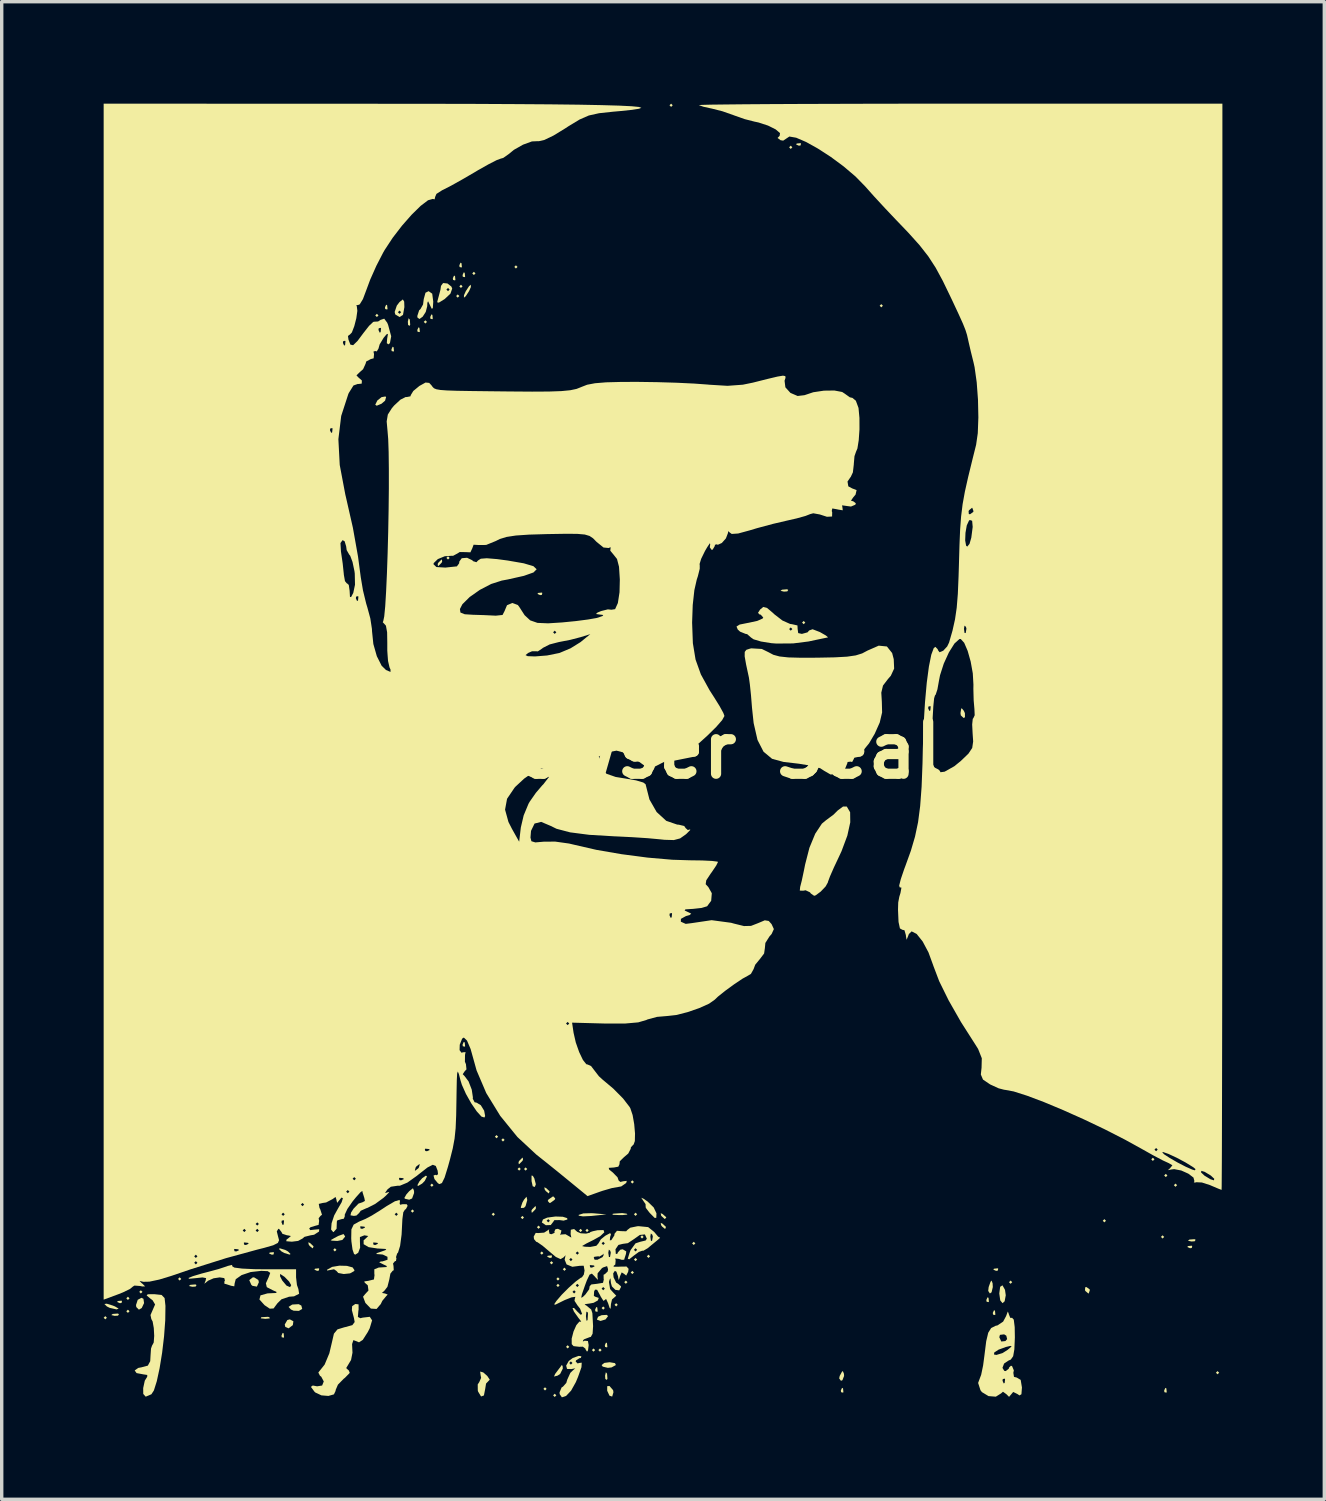
<source format=kicad_pcb>
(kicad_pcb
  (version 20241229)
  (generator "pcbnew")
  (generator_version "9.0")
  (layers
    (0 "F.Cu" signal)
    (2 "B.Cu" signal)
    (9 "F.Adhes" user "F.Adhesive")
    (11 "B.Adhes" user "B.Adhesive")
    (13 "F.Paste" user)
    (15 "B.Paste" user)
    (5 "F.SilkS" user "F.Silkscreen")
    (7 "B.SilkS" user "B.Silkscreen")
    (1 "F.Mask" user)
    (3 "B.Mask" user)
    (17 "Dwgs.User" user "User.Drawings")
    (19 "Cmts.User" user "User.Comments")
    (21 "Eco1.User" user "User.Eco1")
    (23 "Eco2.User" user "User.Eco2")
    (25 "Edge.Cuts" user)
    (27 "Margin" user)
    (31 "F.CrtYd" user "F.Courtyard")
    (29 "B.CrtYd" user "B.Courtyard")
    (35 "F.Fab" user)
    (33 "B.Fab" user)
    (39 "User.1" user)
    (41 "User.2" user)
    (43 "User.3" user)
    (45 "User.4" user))
  (footprint "Cauchy Bowser Seal 1.5in"
    (layer "F.Cu")
    (at 16.458 19.026)
    (property "Reference" "Cauchy Bowser Seal 1.5in" (at 0 0 0) (layer "F.SilkS") (effects (font (size 1.524 1.524) (thickness 0.3))))
    (attr board_only exclude_from_pos_files exclude_from_bom)
    (fp_poly (pts (xy -16.363 16.696) (xy -16.41 16.743) (xy -16.458 16.696) (xy -16.41 16.648)) (stroke (width 0) (type solid)) (fill yes) (layer "F.SilkS"))
    (fp_poly (pts (xy -15.697 16.125) (xy -15.744 16.172) (xy -15.792 16.125) (xy -15.744 16.077)) (stroke (width 0) (type solid)) (fill yes) (layer "F.SilkS"))
    (fp_poly (pts (xy -15.697 16.505) (xy -15.744 16.553) (xy -15.792 16.505) (xy -15.744 16.458)) (stroke (width 0) (type solid)) (fill yes) (layer "F.SilkS"))
    (fp_poly (pts (xy -15.316 15.934) (xy -15.364 15.982) (xy -15.411 15.934) (xy -15.364 15.887)) (stroke (width 0) (type solid)) (fill yes) (layer "F.SilkS"))
    (fp_poly (pts (xy -14.175 15.554) (xy -14.222 15.601) (xy -14.27 15.554) (xy -14.222 15.506)) (stroke (width 0) (type solid)) (fill yes) (layer "F.SilkS"))
    (fp_poly (pts (xy -9.608 14.698) (xy -9.656 14.745) (xy -9.703 14.698) (xy -9.656 14.65)) (stroke (width 0) (type solid)) (fill yes) (layer "F.SilkS"))
    (fp_poly (pts (xy -8.372 -12.795) (xy -8.419 -12.748) (xy -8.467 -12.795) (xy -8.419 -12.843)) (stroke (width 0) (type solid)) (fill yes) (layer "F.SilkS"))
    (fp_poly (pts (xy -7.325 13.556) (xy -7.373 13.604) (xy -7.42 13.556) (xy -7.373 13.509)) (stroke (width 0) (type solid)) (fill yes) (layer "F.SilkS"))
    (fp_poly (pts (xy -6.945 -12.605) (xy -6.992 -12.557) (xy -7.04 -12.605) (xy -6.992 -12.652)) (stroke (width 0) (type solid)) (fill yes) (layer "F.SilkS"))
    (fp_poly (pts (xy -6.754 12.795) (xy -6.802 12.843) (xy -6.849 12.795) (xy -6.802 12.748)) (stroke (width 0) (type solid)) (fill yes) (layer "F.SilkS"))
    (fp_poly (pts (xy -6.279 -5.66) (xy -6.326 -5.613) (xy -6.374 -5.66) (xy -6.326 -5.708)) (stroke (width 0) (type solid)) (fill yes) (layer "F.SilkS"))
    (fp_poly (pts (xy -5.993 -13.366) (xy -6.041 -13.318) (xy -6.088 -13.366) (xy -6.041 -13.413)) (stroke (width 0) (type solid)) (fill yes) (layer "F.SilkS"))
    (fp_poly (pts (xy -5.898 -13.651) (xy -5.946 -13.604) (xy -5.993 -13.651) (xy -5.946 -13.699)) (stroke (width 0) (type solid)) (fill yes) (layer "F.SilkS"))
    (fp_poly (pts (xy -5.518 -14.032) (xy -5.565 -13.984) (xy -5.613 -14.032) (xy -5.565 -14.079)) (stroke (width 0) (type solid)) (fill yes) (layer "F.SilkS"))
    (fp_poly (pts (xy -4.947 13.651) (xy -4.994 13.699) (xy -5.042 13.651) (xy -4.994 13.604)) (stroke (width 0) (type solid)) (fill yes) (layer "F.SilkS"))
    (fp_poly (pts (xy -4.852 11.368) (xy -4.899 11.416) (xy -4.947 11.368) (xy -4.899 11.321)) (stroke (width 0) (type solid)) (fill yes) (layer "F.SilkS"))
    (fp_poly (pts (xy -4.661 11.463) (xy -4.709 11.511) (xy -4.757 11.463) (xy -4.709 11.416)) (stroke (width 0) (type solid)) (fill yes) (layer "F.SilkS"))
    (fp_poly (pts (xy -4.281 -14.222) (xy -4.328 -14.175) (xy -4.376 -14.222) (xy -4.328 -14.27)) (stroke (width 0) (type solid)) (fill yes) (layer "F.SilkS"))
    (fp_poly (pts (xy -4.186 12.319) (xy -4.233 12.367) (xy -4.281 12.319) (xy -4.233 12.272)) (stroke (width 0) (type solid)) (fill yes) (layer "F.SilkS"))
    (fp_poly (pts (xy -4.091 13.746) (xy -4.138 13.794) (xy -4.186 13.746) (xy -4.138 13.699)) (stroke (width 0) (type solid)) (fill yes) (layer "F.SilkS"))
    (fp_poly (pts (xy -3.996 12.319) (xy -4.043 12.367) (xy -4.091 12.319) (xy -4.043 12.272)) (stroke (width 0) (type solid)) (fill yes) (layer "F.SilkS"))
    (fp_poly (pts (xy -3.615 14.032) (xy -3.663 14.079) (xy -3.71 14.032) (xy -3.663 13.984)) (stroke (width 0) (type solid)) (fill yes) (layer "F.SilkS"))
    (fp_poly (pts (xy -3.52 14.793) (xy -3.567 14.84) (xy -3.615 14.793) (xy -3.567 14.745)) (stroke (width 0) (type solid)) (fill yes) (layer "F.SilkS"))
    (fp_poly (pts (xy -3.425 18.788) (xy -3.472 18.836) (xy -3.52 18.788) (xy -3.472 18.741)) (stroke (width 0) (type solid)) (fill yes) (layer "F.SilkS"))
    (fp_poly (pts (xy -3.234 15.078) (xy -3.282 15.126) (xy -3.33 15.078) (xy -3.282 15.031)) (stroke (width 0) (type solid)) (fill yes) (layer "F.SilkS"))
    (fp_poly (pts (xy -3.139 18.979) (xy -3.187 19.026) (xy -3.234 18.979) (xy -3.187 18.931)) (stroke (width 0) (type solid)) (fill yes) (layer "F.SilkS"))
    (fp_poly (pts (xy -3.044 15.554) (xy -3.092 15.601) (xy -3.139 15.554) (xy -3.092 15.506)) (stroke (width 0) (type solid)) (fill yes) (layer "F.SilkS"))
    (fp_poly (pts (xy -3.044 15.744) (xy -3.092 15.792) (xy -3.139 15.744) (xy -3.092 15.697)) (stroke (width 0) (type solid)) (fill yes) (layer "F.SilkS"))
    (fp_poly (pts (xy -2.854 15.269) (xy -2.901 15.316) (xy -2.949 15.269) (xy -2.901 15.221)) (stroke (width 0) (type solid)) (fill yes) (layer "F.SilkS"))
    (fp_poly (pts (xy -2.759 17.552) (xy -2.806 17.599) (xy -2.854 17.552) (xy -2.806 17.504)) (stroke (width 0) (type solid)) (fill yes) (layer "F.SilkS"))
    (fp_poly (pts (xy -2.378 14.127) (xy -2.426 14.175) (xy -2.473 14.127) (xy -2.426 14.079)) (stroke (width 0) (type solid)) (fill yes) (layer "F.SilkS"))
    (fp_poly (pts (xy -2.188 14.127) (xy -2.236 14.175) (xy -2.283 14.127) (xy -2.236 14.079)) (stroke (width 0) (type solid)) (fill yes) (layer "F.SilkS"))
    (fp_poly (pts (xy -1.998 17.647) (xy -2.045 17.694) (xy -2.093 17.647) (xy -2.045 17.599)) (stroke (width 0) (type solid)) (fill yes) (layer "F.SilkS"))
    (fp_poly (pts (xy -1.807 17.647) (xy -1.855 17.694) (xy -1.903 17.647) (xy -1.855 17.599)) (stroke (width 0) (type solid)) (fill yes) (layer "F.SilkS"))
    (fp_poly (pts (xy -1.712 16.41) (xy -1.76 16.458) (xy -1.807 16.41) (xy -1.76 16.363)) (stroke (width 0) (type solid)) (fill yes) (layer "F.SilkS"))
    (fp_poly (pts (xy -1.332 16.315) (xy -1.379 16.363) (xy -1.427 16.315) (xy -1.379 16.267)) (stroke (width 0) (type solid)) (fill yes) (layer "F.SilkS"))
    (fp_poly (pts (xy -1.046 15.649) (xy -1.094 15.697) (xy -1.142 15.649) (xy -1.094 15.601)) (stroke (width 0) (type solid)) (fill yes) (layer "F.SilkS"))
    (fp_poly (pts (xy -0.856 12.7) (xy -0.904 12.748) (xy -0.951 12.7) (xy -0.904 12.652)) (stroke (width 0) (type solid)) (fill yes) (layer "F.SilkS"))
    (fp_poly (pts (xy -0.856 15.364) (xy -0.904 15.411) (xy -0.951 15.364) (xy -0.904 15.316)) (stroke (width 0) (type solid)) (fill yes) (layer "F.SilkS"))
    (fp_poly (pts (xy -0.761 13.651) (xy -0.809 13.699) (xy -0.856 13.651) (xy -0.809 13.604)) (stroke (width 0) (type solid)) (fill yes) (layer "F.SilkS"))
    (fp_poly (pts (xy -0.761 14.983) (xy -0.809 15.031) (xy -0.856 14.983) (xy -0.809 14.936)) (stroke (width 0) (type solid)) (fill yes) (layer "F.SilkS"))
    (fp_poly (pts (xy -0.571 14.317) (xy -0.618 14.365) (xy -0.666 14.317) (xy -0.618 14.27)) (stroke (width 0) (type solid)) (fill yes) (layer "F.SilkS"))
    (fp_poly (pts (xy -0.381 14.888) (xy -0.428 14.936) (xy -0.476 14.888) (xy -0.428 14.84)) (stroke (width 0) (type solid)) (fill yes) (layer "F.SilkS"))
    (fp_poly (pts (xy 0.285 -18.979) (xy 0.238 -18.931) (xy 0.19 -18.979) (xy 0.238 -19.026)) (stroke (width 0) (type solid)) (fill yes) (layer "F.SilkS"))
    (fp_poly (pts (xy 0.951 14.507) (xy 0.904 14.555) (xy 0.856 14.507) (xy 0.904 14.46)) (stroke (width 0) (type solid)) (fill yes) (layer "F.SilkS"))
    (fp_poly (pts (xy 3.805 -17.742) (xy 3.758 -17.694) (xy 3.71 -17.742) (xy 3.758 -17.79)) (stroke (width 0) (type solid)) (fill yes) (layer "F.SilkS"))
    (fp_poly (pts (xy 4.186 -3.758) (xy 4.138 -3.71) (xy 4.091 -3.758) (xy 4.138 -3.805)) (stroke (width 0) (type solid)) (fill yes) (layer "F.SilkS"))
    (fp_poly (pts (xy 5.518 0.713) (xy 5.47 0.761) (xy 5.422 0.713) (xy 5.47 0.666)) (stroke (width 0) (type solid)) (fill yes) (layer "F.SilkS"))
    (fp_poly (pts (xy 6.469 -13.081) (xy 6.421 -13.033) (xy 6.374 -13.081) (xy 6.421 -13.128)) (stroke (width 0) (type solid)) (fill yes) (layer "F.SilkS"))
    (fp_poly (pts (xy 10.274 15.649) (xy 10.227 15.697) (xy 10.179 15.649) (xy 10.227 15.601)) (stroke (width 0) (type solid)) (fill yes) (layer "F.SilkS"))
    (fp_poly (pts (xy 13.033 13.842) (xy 12.985 13.889) (xy 12.938 13.842) (xy 12.985 13.794)) (stroke (width 0) (type solid)) (fill yes) (layer "F.SilkS"))
    (fp_poly (pts (xy 14.46 12.034) (xy 14.412 12.082) (xy 14.365 12.034) (xy 14.412 11.987)) (stroke (width 0) (type solid)) (fill yes) (layer "F.SilkS"))
    (fp_poly (pts (xy 14.745 14.317) (xy 14.698 14.365) (xy 14.65 14.317) (xy 14.698 14.27)) (stroke (width 0) (type solid)) (fill yes) (layer "F.SilkS"))
    (fp_poly (pts (xy 14.84 12.51) (xy 14.793 12.557) (xy 14.745 12.51) (xy 14.793 12.462)) (stroke (width 0) (type solid)) (fill yes) (layer "F.SilkS"))
    (fp_poly (pts (xy 15.126 12.795) (xy 15.078 12.843) (xy 15.031 12.795) (xy 15.078 12.748)) (stroke (width 0) (type solid)) (fill yes) (layer "F.SilkS"))
    (fp_poly (pts (xy 16.363 18.313) (xy 16.315 18.36) (xy 16.267 18.313) (xy 16.315 18.265)) (stroke (width 0) (type solid)) (fill yes) (layer "F.SilkS"))
    (fp_poly (pts (xy -16.008 16.59) (xy -16.036 16.634) (xy -16.133 16.64) (xy -16.234 16.617) (xy -16.19 16.583) (xy -16.041 16.572)) (stroke (width 0) (type solid)) (fill yes) (layer "F.SilkS"))
    (fp_poly (pts (xy -15.919 16.204) (xy -15.932 16.261) (xy -15.982 16.267) (xy -16.06 16.233) (xy -16.045 16.204) (xy -15.933 16.193)) (stroke (width 0) (type solid)) (fill yes) (layer "F.SilkS"))
    (fp_poly (pts (xy -13.725 15.734) (xy -13.753 15.778) (xy -13.85 15.784) (xy -13.951 15.761) (xy -13.907 15.727) (xy -13.758 15.715)) (stroke (width 0) (type solid)) (fill yes) (layer "F.SilkS"))
    (fp_poly (pts (xy -11.582 16.68) (xy -11.57 16.715) (xy -11.701 16.728) (xy -11.836 16.713) (xy -11.82 16.68) (xy -11.625 16.668)) (stroke (width 0) (type solid)) (fill yes) (layer "F.SilkS"))
    (fp_poly (pts (xy -11.447 14.777) (xy -11.46 14.834) (xy -11.511 14.84) (xy -11.589 14.806) (xy -11.574 14.777) (xy -11.461 14.766)) (stroke (width 0) (type solid)) (fill yes) (layer "F.SilkS"))
    (fp_poly (pts (xy -11.162 17.155) (xy -11.151 17.268) (xy -11.162 17.282) (xy -11.219 17.269) (xy -11.225 17.219) (xy -11.191 17.14)) (stroke (width 0) (type solid)) (fill yes) (layer "F.SilkS"))
    (fp_poly (pts (xy -10.116 15.253) (xy -10.129 15.309) (xy -10.179 15.316) (xy -10.257 15.281) (xy -10.242 15.253) (xy -10.13 15.241)) (stroke (width 0) (type solid)) (fill yes) (layer "F.SilkS"))
    (fp_poly (pts (xy -8.118 -13.096) (xy -8.106 -12.983) (xy -8.118 -12.97) (xy -8.174 -12.983) (xy -8.181 -13.033) (xy -8.146 -13.111)) (stroke (width 0) (type solid)) (fill yes) (layer "F.SilkS"))
    (fp_poly (pts (xy -7.928 -11.86) (xy -7.916 -11.747) (xy -7.928 -11.733) (xy -7.984 -11.746) (xy -7.991 -11.796) (xy -7.956 -11.875)) (stroke (width 0) (type solid)) (fill yes) (layer "F.SilkS"))
    (fp_poly (pts (xy -7.45 -12.67) (xy -7.439 -12.522) (xy -7.458 -12.488) (xy -7.501 -12.516) (xy -7.508 -12.613) (xy -7.485 -12.714)) (stroke (width 0) (type solid)) (fill yes) (layer "F.SilkS"))
    (fp_poly (pts (xy -7.167 -12.43) (xy -7.155 -12.318) (xy -7.167 -12.304) (xy -7.223 -12.317) (xy -7.23 -12.367) (xy -7.195 -12.445)) (stroke (width 0) (type solid)) (fill yes) (layer "F.SilkS"))
    (fp_poly (pts (xy -6.786 -12.811) (xy -6.775 -12.698) (xy -6.786 -12.684) (xy -6.843 -12.697) (xy -6.849 -12.748) (xy -6.815 -12.826)) (stroke (width 0) (type solid)) (fill yes) (layer "F.SilkS"))
    (fp_poly (pts (xy -6.12 -13.953) (xy -6.109 -13.84) (xy -6.12 -13.826) (xy -6.177 -13.839) (xy -6.184 -13.889) (xy -6.149 -13.967)) (stroke (width 0) (type solid)) (fill yes) (layer "F.SilkS"))
    (fp_poly (pts (xy -5.93 -14.333) (xy -5.918 -14.22) (xy -5.93 -14.206) (xy -5.986 -14.219) (xy -5.993 -14.27) (xy -5.958 -14.348)) (stroke (width 0) (type solid)) (fill yes) (layer "F.SilkS"))
    (fp_poly (pts (xy -5.835 -14.048) (xy -5.823 -13.935) (xy -5.835 -13.921) (xy -5.891 -13.934) (xy -5.898 -13.984) (xy -5.863 -14.063)) (stroke (width 0) (type solid)) (fill yes) (layer "F.SilkS"))
    (fp_poly (pts (xy -5.835 8.594) (xy -5.823 8.706) (xy -5.835 8.72) (xy -5.891 8.707) (xy -5.898 8.657) (xy -5.863 8.579)) (stroke (width 0) (type solid)) (fill yes) (layer "F.SilkS"))
    (fp_poly (pts (xy -3.552 -4.63) (xy -3.565 -4.573) (xy -3.615 -4.566) (xy -3.693 -4.601) (xy -3.678 -4.63) (xy -3.566 -4.641)) (stroke (width 0) (type solid)) (fill yes) (layer "F.SilkS"))
    (fp_poly (pts (xy -3.266 14.872) (xy -3.279 14.929) (xy -3.33 14.936) (xy -3.408 14.901) (xy -3.393 14.872) (xy -3.28 14.861)) (stroke (width 0) (type solid)) (fill yes) (layer "F.SilkS"))
    (fp_poly (pts (xy -1.934 16.394) (xy -1.923 16.507) (xy -1.934 16.521) (xy -1.991 16.508) (xy -1.998 16.458) (xy -1.963 16.379)) (stroke (width 0) (type solid)) (fill yes) (layer "F.SilkS"))
    (fp_poly (pts (xy -1.649 17.441) (xy -1.638 17.554) (xy -1.649 17.568) (xy -1.705 17.554) (xy -1.712 17.504) (xy -1.678 17.426)) (stroke (width 0) (type solid)) (fill yes) (layer "F.SilkS"))
    (fp_poly (pts (xy -1.647 18.342) (xy -1.636 18.491) (xy -1.655 18.525) (xy -1.698 18.496) (xy -1.705 18.4) (xy -1.682 18.298)) (stroke (width 0) (type solid)) (fill yes) (layer "F.SilkS"))
    (fp_poly (pts (xy 3.684 -4.719) (xy 3.656 -4.676) (xy 3.559 -4.669) (xy 3.458 -4.692) (xy 3.502 -4.726) (xy 3.651 -4.738)) (stroke (width 0) (type solid)) (fill yes) (layer "F.SilkS"))
    (fp_poly (pts (xy 4.059 -17.853) (xy 4.046 -17.796) (xy 3.996 -17.79) (xy 3.917 -17.824) (xy 3.932 -17.853) (xy 4.045 -17.864)) (stroke (width 0) (type solid)) (fill yes) (layer "F.SilkS"))
    (fp_poly (pts (xy 5.296 18.773) (xy 5.307 18.885) (xy 5.296 18.899) (xy 5.239 18.886) (xy 5.232 18.836) (xy 5.267 18.758)) (stroke (width 0) (type solid)) (fill yes) (layer "F.SilkS"))
    (fp_poly (pts (xy 9.577 16.109) (xy 9.588 16.222) (xy 9.577 16.236) (xy 9.52 16.223) (xy 9.513 16.172) (xy 9.548 16.094)) (stroke (width 0) (type solid)) (fill yes) (layer "F.SilkS"))
    (fp_poly (pts (xy 9.767 16.489) (xy 9.778 16.602) (xy 9.767 16.616) (xy 9.71 16.603) (xy 9.703 16.553) (xy 9.738 16.475)) (stroke (width 0) (type solid)) (fill yes) (layer "F.SilkS"))
    (fp_poly (pts (xy 9.862 15.253) (xy 9.849 15.309) (xy 9.799 15.316) (xy 9.72 15.281) (xy 9.735 15.253) (xy 9.848 15.241)) (stroke (width 0) (type solid)) (fill yes) (layer "F.SilkS"))
    (fp_poly (pts (xy 14.809 18.773) (xy 14.82 18.885) (xy 14.809 18.899) (xy 14.752 18.886) (xy 14.745 18.836) (xy 14.78 18.758)) (stroke (width 0) (type solid)) (fill yes) (layer "F.SilkS"))
    (fp_poly (pts (xy 15.57 14.587) (xy 15.557 14.643) (xy 15.506 14.65) (xy 15.428 14.615) (xy 15.443 14.587) (xy 15.556 14.575)) (stroke (width 0) (type solid)) (fill yes) (layer "F.SilkS"))
    (fp_poly (pts (xy 15.671 14.402) (xy 15.642 14.446) (xy 15.546 14.452) (xy 15.444 14.429) (xy 15.489 14.395) (xy 15.637 14.384)) (stroke (width 0) (type solid)) (fill yes) (layer "F.SilkS"))
    (fp_poly (pts (xy -10.876 16.799) (xy -10.892 16.913) (xy -11.017 17.007) (xy -11.114 16.965) (xy -11.13 16.894) (xy -11.054 16.763) (xy -10.98 16.743)) (stroke (width 0) (type solid)) (fill yes) (layer "F.SilkS"))
    (fp_poly (pts (xy -10.384 14.498) (xy -10.282 14.594) (xy -10.303 14.649) (xy -10.316 14.65) (xy -10.397 14.583) (xy -10.426 14.54) (xy -10.437 14.475)) (stroke (width 0) (type solid)) (fill yes) (layer "F.SilkS"))
    (fp_poly (pts (xy -3.831 12.52) (xy -3.787 12.594) (xy -3.742 12.768) (xy -3.772 12.847) (xy -3.834 12.828) (xy -3.868 12.675) (xy -3.869 12.512)) (stroke (width 0) (type solid)) (fill yes) (layer "F.SilkS"))
    (fp_poly (pts (xy -3.439 12.881) (xy -3.337 12.977) (xy -3.358 13.032) (xy -3.372 13.033) (xy -3.452 12.965) (xy -3.481 12.923) (xy -3.493 12.858)) (stroke (width 0) (type solid)) (fill yes) (layer "F.SilkS"))
    (fp_poly (pts (xy -1.617 16.647) (xy -1.691 16.745) (xy -1.839 16.79) (xy -1.946 16.75) (xy -1.91 16.666) (xy -1.806 16.62) (xy -1.655 16.611)) (stroke (width 0) (type solid)) (fill yes) (layer "F.SilkS"))
    (fp_poly (pts (xy -1.469 18.826) (xy -1.459 18.888) (xy -1.496 19.015) (xy -1.576 18.988) (xy -1.643 18.843) (xy -1.642 18.708) (xy -1.575 18.704)) (stroke (width 0) (type solid)) (fill yes) (layer "F.SilkS"))
    (fp_poly (pts (xy -0.015 13.642) (xy 0.087 13.731) (xy 0.095 13.752) (xy 0.05 13.791) (xy -0.044 13.704) (xy -0.057 13.684) (xy -0.068 13.619)) (stroke (width 0) (type solid)) (fill yes) (layer "F.SilkS"))
    (fp_poly (pts (xy -0.015 13.928) (xy 0.087 14.023) (xy 0.066 14.078) (xy 0.053 14.079) (xy -0.027 14.012) (xy -0.057 13.97) (xy -0.068 13.904)) (stroke (width 0) (type solid)) (fill yes) (layer "F.SilkS"))
    (fp_poly (pts (xy -16.191 16.336) (xy -16.125 16.363) (xy -16.017 16.427) (xy -16.077 16.45) (xy -16.28 16.405) (xy -16.363 16.363) (xy -16.437 16.291) (xy -16.368 16.282)) (stroke (width 0) (type solid)) (fill yes) (layer "F.SilkS"))
    (fp_poly (pts (xy -15.288 16.137) (xy -15.269 16.264) (xy -15.337 16.408) (xy -15.421 16.458) (xy -15.498 16.381) (xy -15.506 16.321) (xy -15.455 16.167) (xy -15.346 16.109)) (stroke (width 0) (type solid)) (fill yes) (layer "F.SilkS"))
    (fp_poly (pts (xy -11.908 15.583) (xy -11.891 15.649) (xy -11.949 15.78) (xy -12.081 15.756) (xy -12.113 15.728) (xy -12.174 15.589) (xy -12.075 15.51) (xy -12.034 15.506)) (stroke (width 0) (type solid)) (fill yes) (layer "F.SilkS"))
    (fp_poly (pts (xy -11.117 14.7) (xy -11.035 14.745) (xy -10.959 14.821) (xy -10.988 14.838) (xy -11.144 14.79) (xy -11.225 14.745) (xy -11.302 14.67) (xy -11.273 14.653)) (stroke (width 0) (type solid)) (fill yes) (layer "F.SilkS"))
    (fp_poly (pts (xy -8.148 -10.393) (xy -8.178 -10.287) (xy -8.283 -10.197) (xy -8.423 -10.139) (xy -8.467 -10.167) (xy -8.407 -10.291) (xy -8.282 -10.391) (xy -8.168 -10.411)) (stroke (width 0) (type solid)) (fill yes) (layer "F.SilkS"))
    (fp_poly (pts (xy -6.945 12.539) (xy -7.01 12.669) (xy -7.087 12.748) (xy -7.202 12.816) (xy -7.23 12.8) (xy -7.17 12.687) (xy -7.087 12.591) (xy -6.976 12.514)) (stroke (width 0) (type solid)) (fill yes) (layer "F.SilkS"))
    (fp_poly (pts (xy -6.499 -5.551) (xy -6.516 -5.518) (xy -6.606 -5.427) (xy -6.623 -5.422) (xy -6.629 -5.484) (xy -6.612 -5.518) (xy -6.522 -5.608) (xy -6.505 -5.613)) (stroke (width 0) (type solid)) (fill yes) (layer "F.SilkS"))
    (fp_poly (pts (xy -5.654 -13.629) (xy -5.708 -13.509) (xy -5.806 -13.359) (xy -5.857 -13.318) (xy -5.857 -13.388) (xy -5.803 -13.509) (xy -5.705 -13.658) (xy -5.654 -13.699)) (stroke (width 0) (type solid)) (fill yes) (layer "F.SilkS"))
    (fp_poly (pts (xy -4.12 12.048) (xy -4.138 12.082) (xy -4.228 12.172) (xy -4.245 12.177) (xy -4.251 12.115) (xy -4.233 12.082) (xy -4.144 11.991) (xy -4.127 11.987)) (stroke (width 0) (type solid)) (fill yes) (layer "F.SilkS"))
    (fp_poly (pts (xy -3.74 13.475) (xy -3.758 13.509) (xy -3.847 13.599) (xy -3.864 13.604) (xy -3.871 13.542) (xy -3.853 13.509) (xy -3.763 13.418) (xy -3.746 13.413)) (stroke (width 0) (type solid)) (fill yes) (layer "F.SilkS"))
    (fp_poly (pts (xy -3.172 13.187) (xy -3.187 13.223) (xy -3.313 13.315) (xy -3.341 13.318) (xy -3.392 13.26) (xy -3.377 13.223) (xy -3.251 13.132) (xy -3.223 13.128)) (stroke (width 0) (type solid)) (fill yes) (layer "F.SilkS"))
    (fp_poly (pts (xy -2.034 13.623) (xy -1.665 13.655) (xy -2.112 13.701) (xy -2.355 13.713) (xy -2.48 13.693) (xy -2.482 13.669) (xy -2.344 13.626) (xy -2.1 13.619)) (stroke (width 0) (type solid)) (fill yes) (layer "F.SilkS"))
    (fp_poly (pts (xy -1.413 18.031) (xy -1.387 18.087) (xy -1.514 18.157) (xy -1.623 18.17) (xy -1.774 18.134) (xy -1.807 18.087) (xy -1.726 18.024) (xy -1.571 18.004)) (stroke (width 0) (type solid)) (fill yes) (layer "F.SilkS"))
    (fp_poly (pts (xy -1.069 13.634) (xy -1.047 13.659) (xy -1.183 13.674) (xy -1.284 13.675) (xy -1.468 13.666) (xy -1.496 13.644) (xy -1.45 13.632) (xy -1.202 13.616)) (stroke (width 0) (type solid)) (fill yes) (layer "F.SilkS"))
    (fp_poly (pts (xy 5.323 18.343) (xy 5.327 18.408) (xy 5.278 18.534) (xy 5.235 18.551) (xy 5.183 18.481) (xy 5.198 18.408) (xy 5.265 18.283) (xy 5.29 18.265)) (stroke (width 0) (type solid)) (fill yes) (layer "F.SilkS"))
    (fp_poly (pts (xy 8.851 -1.162) (xy 8.882 -1.094) (xy 8.884 -0.972) (xy 8.844 -0.951) (xy 8.762 -1.028) (xy 8.752 -1.094) (xy 8.772 -1.221) (xy 8.789 -1.237)) (stroke (width 0) (type solid)) (fill yes) (layer "F.SilkS"))
    (fp_poly (pts (xy 9.697 15.682) (xy 9.703 15.792) (xy 9.667 15.946) (xy 9.617 15.982) (xy 9.568 15.906) (xy 9.581 15.792) (xy 9.636 15.638) (xy 9.667 15.601)) (stroke (width 0) (type solid)) (fill yes) (layer "F.SilkS"))
    (fp_poly (pts (xy 12.553 15.861) (xy 12.557 15.887) (xy 12.525 15.98) (xy 12.515 15.982) (xy 12.434 15.915) (xy 12.415 15.887) (xy 12.422 15.799) (xy 12.457 15.792)) (stroke (width 0) (type solid)) (fill yes) (layer "F.SilkS"))
    (fp_poly (pts (xy -10.642 16.337) (xy -10.616 16.436) (xy -10.714 16.494) (xy -10.87 16.488) (xy -10.946 16.454) (xy -11.018 16.377) (xy -10.916 16.311) (xy -10.907 16.307) (xy -10.72 16.296)) (stroke (width 0) (type solid)) (fill yes) (layer "F.SilkS"))
    (fp_poly (pts (xy -9.355 14.3) (xy -9.355 14.31) (xy -9.435 14.407) (xy -9.58 14.436) (xy -9.742 14.428) (xy -9.779 14.413) (xy -9.683 14.357) (xy -9.553 14.288) (xy -9.4 14.233)) (stroke (width 0) (type solid)) (fill yes) (layer "F.SilkS"))
    (fp_poly (pts (xy -7.326 12.961) (xy -7.325 13.026) (xy -7.383 13.186) (xy -7.468 13.223) (xy -7.595 13.194) (xy -7.61 13.169) (xy -7.551 13.066) (xy -7.468 12.972) (xy -7.358 12.885)) (stroke (width 0) (type solid)) (fill yes) (layer "F.SilkS"))
    (fp_poly (pts (xy -3.997 13.22) (xy -3.997 13.241) (xy -4.045 13.413) (xy -4.091 13.461) (xy -4.178 13.467) (xy -4.184 13.443) (xy -4.137 13.304) (xy -4.091 13.223) (xy -4.017 13.134)) (stroke (width 0) (type solid)) (fill yes) (layer "F.SilkS"))
    (fp_poly (pts (xy -2.953 18.123) (xy -2.949 18.192) (xy -3.027 18.349) (xy -3.105 18.4) (xy -3.208 18.425) (xy -3.175 18.349) (xy -3.132 18.291) (xy -3.018 18.141) (xy -2.976 18.083)) (stroke (width 0) (type solid)) (fill yes) (layer "F.SilkS"))
    (fp_poly (pts (xy 9.989 15.744) (xy 10.062 15.875) (xy 10.084 16.035) (xy 10.051 16.211) (xy 9.989 16.267) (xy 9.922 16.185) (xy 9.894 15.985) (xy 9.894 15.976) (xy 9.919 15.786) (xy 9.986 15.742)) (stroke (width 0) (type solid)) (fill yes) (layer "F.SilkS"))
    (fp_poly (pts (xy -9.301 15.169) (xy -9.133 15.215) (xy -9.078 15.297) (xy -9.089 15.323) (xy -9.209 15.39) (xy -9.394 15.409) (xy -9.555 15.379) (xy -9.608 15.319) (xy -9.68 15.269) (xy -9.775 15.287) (xy -9.885 15.308) (xy -9.883 15.281) (xy -9.735 15.199) (xy -9.521 15.163)) (stroke (width 0) (type solid)) (fill yes) (layer "F.SilkS"))
    (fp_poly (pts (xy -0.576 13.192) (xy -0.455 13.275) (xy -0.275 13.45) (xy -0.194 13.62) (xy -0.193 13.628) (xy -0.199 13.757) (xy -0.248 13.757) (xy -0.38 13.623) (xy -0.404 13.596) (xy -0.507 13.462) (xy -0.512 13.413) (xy -0.514 13.353) (xy -0.583 13.251) (xy -0.641 13.164)) (stroke (width 0) (type solid)) (fill yes) (layer "F.SilkS"))
    (fp_poly (pts (xy -5.29 18.304) (xy -5.171 18.408) (xy -5.098 18.519) (xy -5.13 18.551) (xy -5.207 18.632) (xy -5.232 18.788) (xy -5.27 18.982) (xy -5.354 19.012) (xy -5.441 18.868) (xy -5.45 18.836) (xy -5.452 18.657) (xy -5.407 18.589) (xy -5.352 18.464) (xy -5.365 18.398) (xy -5.381 18.279)) (stroke (width 0) (type solid)) (fill yes) (layer "F.SilkS"))
    (fp_poly (pts (xy -7.616 -13.202) (xy -7.61 -13.04) (xy -7.651 -12.81) (xy -7.753 -12.748) (xy -7.878 -12.824) (xy -7.894 -12.89) (xy -7.801 -12.89) (xy -7.753 -12.843) (xy -7.706 -12.89) (xy -7.753 -12.938) (xy -7.801 -12.89) (xy -7.894 -12.89) (xy -7.896 -12.897) (xy -7.833 -13.084) (xy -7.753 -13.189) (xy -7.655 -13.266)) (stroke (width 0) (type solid)) (fill yes) (layer "F.SilkS"))
    (fp_poly (pts (xy -6.791 -13.435) (xy -6.761 -13.203) (xy -6.761 -13.199) (xy -6.773 -13.009) (xy -6.805 -12.991) (xy -6.849 -13.081) (xy -6.913 -13.213) (xy -6.934 -13.166) (xy -6.938 -13.068) (xy -6.981 -12.899) (xy -7.071 -12.759) (xy -7.166 -12.69) (xy -7.225 -12.733) (xy -7.23 -12.778) (xy -7.176 -12.945) (xy -7.135 -12.985) (xy -7.061 -13.117) (xy -7.04 -13.276) (xy -6.989 -13.463) (xy -6.897 -13.509)) (stroke (width 0) (type solid)) (fill yes) (layer "F.SilkS"))
    (fp_poly (pts (xy -6.341 -13.735) (xy -6.227 -13.644) (xy -6.203 -13.585) (xy -6.255 -13.437) (xy -6.421 -13.28) (xy -6.426 -13.276) (xy -6.597 -13.171) (xy -6.646 -13.182) (xy -6.61 -13.322) (xy -6.606 -13.334) (xy -6.549 -13.55) (xy -6.548 -13.556) (xy -6.374 -13.556) (xy -6.326 -13.509) (xy -6.279 -13.556) (xy -6.326 -13.604) (xy -6.374 -13.556) (xy -6.548 -13.556) (xy -6.533 -13.664) (xy -6.471 -13.748)) (stroke (width 0) (type solid)) (fill yes) (layer "F.SilkS"))
    (fp_poly (pts (xy -2.95 13.724) (xy -2.821 13.764) (xy -2.813 13.805) (xy -2.926 13.838) (xy -3.044 13.822) (xy -3.197 13.824) (xy -3.234 13.878) (xy -3.304 13.968) (xy -3.448 13.973) (xy -3.566 13.892) (xy -3.547 13.842) (xy -3.425 13.842) (xy -3.377 13.889) (xy -3.33 13.842) (xy -3.377 13.794) (xy -3.425 13.842) (xy -3.547 13.842) (xy -3.533 13.804) (xy -3.405 13.749) (xy -3.165 13.717)) (stroke (width 0) (type solid)) (fill yes) (layer "F.SilkS"))
    (fp_poly (pts (xy 5.407 1.655) (xy 5.505 1.822) (xy 5.509 2.118) (xy 5.423 2.51) (xy 5.253 2.966) (xy 5.185 3.113) (xy 5.029 3.444) (xy 4.912 3.711) (xy 4.854 3.866) (xy 4.852 3.883) (xy 4.786 4.003) (xy 4.641 4.156) (xy 4.493 4.266) (xy 4.446 4.281) (xy 4.349 4.213) (xy 4.324 4.179) (xy 4.195 4.118) (xy 4.122 4.131) (xy 4.024 4.128) (xy 4.035 4.019) (xy 4.083 3.832) (xy 4.145 3.54) (xy 4.181 3.359) (xy 4.307 2.869) (xy 4.478 2.454) (xy 4.674 2.158) (xy 4.799 2.054) (xy 5.013 1.896) (xy 5.141 1.769) (xy 5.296 1.655)) (stroke (width 0) (type solid)) (fill yes) (layer "F.SilkS"))
    (fp_poly (pts (xy -2.402 17.829) (xy -2.419 17.88) (xy -2.458 17.885) (xy -2.562 17.952) (xy -2.569 17.985) (xy -2.51 18.042) (xy -2.473 18.027) (xy -2.392 18.017) (xy -2.4 18.151) (xy -2.501 18.436) (xy -2.565 18.59) (xy -2.705 18.84) (xy -2.852 18.996) (xy -2.976 19.037) (xy -3.041 18.942) (xy -3.044 18.891) (xy -2.985 18.748) (xy -2.944 18.723) (xy -2.846 18.612) (xy -2.818 18.517) (xy -2.726 18.316) (xy -2.657 18.249) (xy -2.581 18.183) (xy -2.672 18.201) (xy -2.687 18.206) (xy -2.824 18.202) (xy -2.85 18.104) (xy -2.807 18.027) (xy -2.759 18.027) (xy -2.711 18.075) (xy -2.664 18.027) (xy -2.711 17.98) (xy -2.759 18.027) (xy -2.807 18.027) (xy -2.773 17.968) (xy -2.656 17.88) (xy -2.482 17.818)) (stroke (width 0) (type solid)) (fill yes) (layer "F.SilkS"))
    (fp_poly (pts (xy -14.959 16.003) (xy -14.753 16.025) (xy -14.665 16.117) (xy -14.641 16.337) (xy -14.64 16.353) (xy -14.646 16.771) (xy -14.681 17.243) (xy -14.738 17.726) (xy -14.812 18.18) (xy -14.895 18.564) (xy -14.98 18.834) (xy -15.053 18.947) (xy -15.221 19.018) (xy -15.293 18.937) (xy -15.295 18.765) (xy -15.248 18.547) (xy -15.177 18.433) (xy -15.175 18.379) (xy -15.287 18.362) (xy -15.49 18.324) (xy -15.545 18.246) (xy -15.44 18.172) (xy -15.341 18.153) (xy -15.158 18.104) (xy -15.088 17.974) (xy -15.079 17.813) (xy -15.065 17.603) (xy -15.031 17.505) (xy -15.027 17.504) (xy -14.985 17.423) (xy -14.971 17.229) (xy -14.983 16.999) (xy -15.017 16.806) (xy -15.056 16.732) (xy -15.08 16.616) (xy -15.018 16.473) (xy -14.945 16.305) (xy -15.017 16.183) (xy -15.081 16.134) (xy -15.193 16.04) (xy -15.161 16.004) (xy -14.961 16.003)) (stroke (width 0) (type solid)) (fill yes) (layer "F.SilkS"))
    (fp_poly (pts (xy 3.059 -4.19) (xy 3.236 -4.04) (xy 3.278 -4) (xy 3.513 -3.819) (xy 3.739 -3.718) (xy 3.796 -3.71) (xy 3.955 -3.674) (xy 3.961 -3.567) (xy 3.977 -3.449) (xy 4.086 -3.425) (xy 4.252 -3.471) (xy 4.299 -3.526) (xy 4.4 -3.562) (xy 4.616 -3.479) (xy 4.792 -3.378) (xy 4.855 -3.324) (xy 4.852 -3.322) (xy 4.74 -3.299) (xy 4.501 -3.249) (xy 4.281 -3.202) (xy 3.827 -3.145) (xy 3.335 -3.141) (xy 3.19 -3.152) (xy 2.883 -3.201) (xy 2.664 -3.266) (xy 2.588 -3.319) (xy 2.475 -3.418) (xy 2.43 -3.425) (xy 2.267 -3.491) (xy 2.197 -3.556) (xy 2.193 -3.567) (xy 3.71 -3.567) (xy 3.758 -3.52) (xy 3.805 -3.567) (xy 3.758 -3.615) (xy 3.71 -3.567) (xy 2.193 -3.567) (xy 2.162 -3.642) (xy 2.254 -3.7) (xy 2.503 -3.75) (xy 2.519 -3.752) (xy 2.774 -3.808) (xy 2.929 -3.876) (xy 2.949 -3.906) (xy 2.875 -3.991) (xy 2.842 -3.996) (xy 2.794 -4.044) (xy 2.857 -4.142) (xy 2.95 -4.218)) (stroke (width 0) (type solid)) (fill yes) (layer "F.SilkS"))
    (fp_poly (pts (xy -8.958 16.302) (xy -8.957 16.456) (xy -8.964 16.495) (xy -8.978 16.672) (xy -8.905 16.709) (xy -8.835 16.692) (xy -8.628 16.668) (xy -8.56 16.772) (xy -8.63 17.005) (xy -8.687 17.117) (xy -8.834 17.347) (xy -8.945 17.419) (xy -9.012 17.39) (xy -9.111 17.354) (xy -9.149 17.472) (xy -9.137 17.724) (xy -9.179 17.938) (xy -9.245 18.048) (xy -9.322 18.176) (xy -9.257 18.239) (xy -9.246 18.243) (xy -9.218 18.318) (xy -9.361 18.465) (xy -9.393 18.489) (xy -9.565 18.664) (xy -9.634 18.825) (xy -9.632 18.844) (xy -9.683 18.95) (xy -9.846 18.996) (xy -10.051 18.979) (xy -10.23 18.895) (xy -10.255 18.872) (xy -10.36 18.73) (xy -10.306 18.689) (xy -10.179 18.713) (xy -10.03 18.69) (xy -9.982 18.57) (xy -10.056 18.43) (xy -10.094 18.402) (xy -10.142 18.308) (xy -10.118 18.277) (xy -9.956 18.073) (xy -9.818 17.742) (xy -9.741 17.415) (xy -9.683 17.164) (xy -9.579 17.038) (xy -9.373 16.975) (xy -9.356 16.972) (xy -9.141 16.913) (xy -9.073 16.822) (xy -9.093 16.708) (xy -9.155 16.471) (xy -9.147 16.354) (xy -9.06 16.295) (xy -9.048 16.291)) (stroke (width 0) (type solid)) (fill yes) (layer "F.SilkS"))
    (fp_poly (pts (xy 6.587 -3.055) (xy 6.741 -2.862) (xy 6.788 -2.682) (xy 6.8 -2.404) (xy 6.702 -2.193) (xy 6.617 -2.095) (xy 6.472 -1.905) (xy 6.422 -1.696) (xy 6.438 -1.427) (xy 6.446 -1.114) (xy 6.376 -0.817) (xy 6.229 -0.488) (xy 6.062 -0.205) (xy 5.895 -0.001) (xy 5.792 0.07) (xy 5.643 0.17) (xy 5.613 0.255) (xy 5.564 0.344) (xy 5.518 0.333) (xy 5.43 0.344) (xy 5.422 0.382) (xy 5.343 0.577) (xy 5.155 0.695) (xy 4.93 0.712) (xy 4.747 0.607) (xy 4.624 0.527) (xy 4.383 0.458) (xy 3.998 0.395) (xy 3.545 0.342) (xy 3.208 0.25) (xy 2.957 0.041) (xy 2.78 -0.304) (xy 2.666 -0.802) (xy 2.618 -1.251) (xy 2.588 -1.623) (xy 2.555 -1.939) (xy 2.528 -2.134) (xy 2.527 -2.14) (xy 2.444 -2.526) (xy 2.402 -2.765) (xy 2.404 -2.895) (xy 2.452 -2.957) (xy 2.551 -2.989) (xy 2.596 -3) (xy 2.907 -2.982) (xy 3.103 -2.886) (xy 3.247 -2.81) (xy 3.429 -2.761) (xy 3.688 -2.733) (xy 4.063 -2.723) (xy 4.535 -2.725) (xy 5.048 -2.735) (xy 5.413 -2.755) (xy 5.669 -2.792) (xy 5.859 -2.851) (xy 6.018 -2.935) (xy 6.346 -3.079)) (stroke (width 0) (type solid)) (fill yes) (layer "F.SilkS"))
    (fp_poly (pts (xy -12.675 15.181) (xy -12.611 15.22) (xy -12.386 15.249) (xy -12.03 15.266) (xy -11.763 15.269) (xy -10.797 15.269) (xy -10.797 15.506) (xy -10.771 15.732) (xy -10.729 15.85) (xy -10.707 15.99) (xy -10.857 16.066) (xy -11.003 16.077) (xy -11.226 16.153) (xy -11.343 16.267) (xy -11.459 16.422) (xy -11.57 16.429) (xy -11.725 16.325) (xy -11.875 16.158) (xy -11.844 16.037) (xy -11.638 15.979) (xy -11.582 15.976) (xy -11.387 15.967) (xy -11.366 15.939) (xy -11.487 15.884) (xy -11.658 15.795) (xy -11.685 15.682) (xy -11.603 15.5) (xy -11.595 15.478) (xy -11.267 15.478) (xy -11.203 15.601) (xy -11.078 15.75) (xy -10.973 15.795) (xy -10.94 15.737) (xy -11.003 15.628) (xy -11.136 15.492) (xy -11.255 15.413) (xy -11.267 15.411) (xy -11.267 15.478) (xy -11.595 15.478) (xy -11.557 15.376) (xy -11.63 15.325) (xy -11.822 15.316) (xy -12.133 15.351) (xy -12.4 15.441) (xy -12.572 15.562) (xy -12.604 15.683) (xy -12.615 15.771) (xy -12.707 15.755) (xy -12.862 15.704) (xy -12.904 15.697) (xy -12.908 15.635) (xy -12.89 15.601) (xy -12.909 15.529) (xy -13.043 15.508) (xy -13.224 15.535) (xy -13.385 15.606) (xy -13.408 15.625) (xy -13.495 15.695) (xy -13.467 15.622) (xy -13.46 15.61) (xy -13.444 15.529) (xy -13.551 15.509) (xy -13.755 15.531) (xy -13.943 15.549) (xy -13.964 15.527) (xy -13.833 15.472) (xy -13.567 15.393) (xy -13.366 15.341) (xy -13.075 15.262) (xy -12.838 15.184) (xy -12.803 15.17) (xy -12.679 15.141)) (stroke (width 0) (type solid)) (fill yes) (layer "F.SilkS"))
    (fp_poly (pts (xy 10.168 16.565) (xy 10.17 16.582) (xy 10.217 16.699) (xy 10.271 16.698) (xy 10.32 16.752) (xy 10.347 16.97) (xy 10.352 17.275) (xy 10.337 17.625) (xy 10.302 17.827) (xy 10.233 17.926) (xy 10.165 17.956) (xy 10.035 18.043) (xy 9.987 18.17) (xy 10.04 18.258) (xy 10.084 18.265) (xy 10.175 18.192) (xy 10.179 18.164) (xy 10.237 18.106) (xy 10.27 18.12) (xy 10.322 18.244) (xy 10.307 18.316) (xy 10.326 18.435) (xy 10.407 18.455) (xy 10.523 18.524) (xy 10.56 18.745) (xy 10.56 18.752) (xy 10.545 18.946) (xy 10.488 18.981) (xy 10.426 18.939) (xy 10.303 18.879) (xy 10.243 18.951) (xy 10.181 19.023) (xy 10.103 18.945) (xy 10.002 18.872) (xy 9.947 18.921) (xy 9.792 19.018) (xy 9.577 19.001) (xy 9.383 18.884) (xy 9.34 18.828) (xy 9.271 18.614) (xy 9.294 18.551) (xy 9.989 18.551) (xy 10.024 18.629) (xy 10.052 18.614) (xy 10.064 18.501) (xy 10.052 18.487) (xy 9.996 18.5) (xy 9.989 18.551) (xy 9.294 18.551) (xy 9.306 18.519) (xy 9.361 18.372) (xy 9.418 18.097) (xy 9.459 17.786) (xy 9.46 17.777) (xy 9.738 17.777) (xy 9.809 17.79) (xy 9.992 17.733) (xy 10.137 17.642) (xy 10.258 17.538) (xy 10.219 17.524) (xy 10.084 17.557) (xy 9.871 17.635) (xy 9.745 17.718) (xy 9.738 17.777) (xy 9.46 17.777) (xy 9.509 17.386) (xy 9.537 17.269) (xy 9.894 17.269) (xy 9.953 17.395) (xy 10.074 17.381) (xy 10.125 17.324) (xy 10.1 17.223) (xy 10.036 17.184) (xy 9.913 17.199) (xy 9.894 17.269) (xy 9.537 17.269) (xy 9.568 17.137) (xy 9.654 16.999) (xy 9.784 16.933) (xy 9.842 16.92) (xy 10.007 16.809) (xy 10.094 16.647) (xy 10.144 16.513)) (stroke (width 0) (type solid)) (fill yes) (layer "F.SilkS"))
    (fp_poly (pts (xy -7.739 13.293) (xy -7.753 13.317) (xy -7.737 13.371) (xy -7.663 13.355) (xy -7.538 13.356) (xy -7.515 13.403) (xy -7.568 13.504) (xy -7.59 13.509) (xy -7.642 13.592) (xy -7.669 13.795) (xy -7.67 13.818) (xy -7.692 14.248) (xy -7.736 14.58) (xy -7.796 14.776) (xy -7.823 14.807) (xy -7.857 14.914) (xy -7.844 14.942) (xy -7.857 15.025) (xy -7.887 15.031) (xy -7.944 15.1) (xy -7.93 15.173) (xy -7.923 15.296) (xy -7.957 15.316) (xy -8.022 15.398) (xy -8.053 15.566) (xy -8.109 15.785) (xy -8.196 15.898) (xy -8.27 15.965) (xy -8.181 15.982) (xy -8.101 16.013) (xy -8.141 16.055) (xy -8.26 16.199) (xy -8.304 16.291) (xy -8.428 16.437) (xy -8.596 16.426) (xy -8.755 16.262) (xy -8.762 16.248) (xy -8.826 16.076) (xy -8.766 16.002) (xy -8.667 15.894) (xy -8.687 15.742) (xy -8.776 15.665) (xy -8.79 15.627) (xy -8.67 15.609) (xy -8.506 15.569) (xy -8.488 15.438) (xy -8.494 15.411) (xy -8.495 15.27) (xy -8.365 15.218) (xy -8.291 15.214) (xy -8.126 15.203) (xy -8.137 15.169) (xy -8.229 15.126) (xy -8.352 15.063) (xy -8.302 15.04) (xy -8.253 15.037) (xy -8.106 14.989) (xy -8.108 14.902) (xy -8.244 14.837) (xy -8.3 14.831) (xy -8.442 14.82) (xy -8.412 14.791) (xy -8.276 14.745) (xy -8.143 14.696) (xy -8.166 14.671) (xy -8.361 14.66) (xy -8.39 14.66) (xy -8.66 14.619) (xy -8.809 14.531) (xy -8.809 14.492) (xy -8.53 14.492) (xy -8.517 14.548) (xy -8.467 14.555) (xy -8.388 14.52) (xy -8.403 14.492) (xy -8.516 14.48) (xy -8.53 14.492) (xy -8.809 14.492) (xy -8.81 14.418) (xy -8.74 14.356) (xy -8.674 14.29) (xy -8.784 14.271) (xy -8.787 14.271) (xy -8.918 14.32) (xy -8.918 14.449) (xy -8.912 14.633) (xy -8.969 14.784) (xy -9.055 14.839) (xy -9.092 14.818) (xy -9.136 14.689) (xy -9.169 14.448) (xy -9.174 14.358) (xy -9.169 14.096) (xy -9.131 14.016) (xy -8.911 14.016) (xy -8.898 14.073) (xy -8.847 14.079) (xy -8.769 14.045) (xy -8.784 14.016) (xy -8.897 14.005) (xy -8.911 14.016) (xy -9.131 14.016) (xy -9.102 13.955) (xy -8.948 13.869) (xy -8.754 13.787) (xy -8.567 13.688) (xy -8.508 13.651) (xy -7.896 13.651) (xy -7.848 13.699) (xy -7.801 13.651) (xy -7.848 13.604) (xy -7.896 13.651) (xy -8.508 13.651) (xy -8.325 13.538) (xy -8.134 13.412) (xy -7.889 13.269) (xy -7.75 13.228)) (stroke (width 0) (type solid)) (fill yes) (layer "F.SilkS"))
    (fp_poly (pts (xy 16.458 -3.044) (xy 16.458 -1.316) (xy 16.457 0.36) (xy 16.456 1.974) (xy 16.456 3.516) (xy 16.454 4.977) (xy 16.453 6.346) (xy 16.452 7.614) (xy 16.45 8.771) (xy 16.448 9.807) (xy 16.446 10.712) (xy 16.444 11.477) (xy 16.442 12.091) (xy 16.439 12.545) (xy 16.437 12.83) (xy 16.434 12.934) (xy 16.434 12.934) (xy 16.34 12.898) (xy 16.139 12.813) (xy 16.091 12.792) (xy 15.855 12.716) (xy 15.688 12.708) (xy 15.672 12.715) (xy 15.617 12.716) (xy 15.635 12.675) (xy 15.607 12.571) (xy 15.457 12.457) (xy 15.373 12.419) (xy 15.83 12.419) (xy 15.929 12.513) (xy 16.109 12.622) (xy 16.209 12.652) (xy 16.218 12.606) (xy 16.119 12.513) (xy 15.939 12.404) (xy 15.839 12.373) (xy 15.83 12.419) (xy 15.373 12.419) (xy 15.247 12.363) (xy 15.04 12.323) (xy 14.954 12.333) (xy 14.855 12.354) (xy 14.92 12.294) (xy 14.987 12.21) (xy 14.878 12.145) (xy 14.872 12.143) (xy 14.703 12.065) (xy 14.431 11.922) (xy 14.255 11.823) (xy 14.687 11.823) (xy 14.739 11.884) (xy 14.909 11.995) (xy 15.141 12.129) (xy 15.381 12.253) (xy 15.575 12.338) (xy 15.649 12.358) (xy 15.667 12.322) (xy 15.601 12.267) (xy 15.371 12.125) (xy 15.108 11.985) (xy 14.871 11.875) (xy 14.716 11.821) (xy 14.687 11.823) (xy 14.255 11.823) (xy 14.127 11.751) (xy 14.123 11.749) (xy 14.46 11.749) (xy 14.507 11.796) (xy 14.555 11.749) (xy 14.507 11.701) (xy 14.46 11.749) (xy 14.123 11.749) (xy 13.589 11.454) (xy 12.996 11.151) (xy 12.381 10.858) (xy 11.773 10.586) (xy 11.206 10.349) (xy 10.709 10.162) (xy 10.316 10.037) (xy 10.056 9.989) (xy 10.044 9.989) (xy 9.874 9.945) (xy 9.638 9.837) (xy 9.612 9.822) (xy 9.414 9.688) (xy 9.351 9.539) (xy 9.372 9.337) (xy 9.379 9.06) (xy 9.271 8.788) (xy 9.198 8.671) (xy 8.767 7.996) (xy 8.404 7.359) (xy 8.126 6.795) (xy 7.953 6.339) (xy 7.949 6.326) (xy 7.81 5.946) (xy 7.639 5.625) (xy 7.463 5.404) (xy 7.315 5.327) (xy 7.234 5.405) (xy 7.2 5.494) (xy 7.166 5.575) (xy 7.148 5.473) (xy 7.146 5.441) (xy 7.104 5.295) (xy 7.04 5.28) (xy 6.97 5.24) (xy 6.93 5.053) (xy 6.928 5.024) (xy 6.914 4.692) (xy 6.92 4.477) (xy 6.952 4.308) (xy 6.986 4.198) (xy 7.015 4.04) (xy 6.963 4.032) (xy 6.948 3.98) (xy 6.996 3.79) (xy 7.095 3.498) (xy 7.131 3.402) (xy 7.292 2.956) (xy 7.414 2.541) (xy 7.504 2.115) (xy 7.566 1.639) (xy 7.608 1.073) (xy 7.635 0.377) (xy 7.644 -0.048) (xy 7.649 -0.194) (xy 7.912 -0.194) (xy 7.912 0.156) (xy 7.922 0.419) (xy 7.94 0.547) (xy 8.065 0.658) (xy 8.285 0.629) (xy 8.57 0.469) (xy 8.762 0.313) (xy 8.986 0.098) (xy 9.097 -0.069) (xy 9.125 -0.261) (xy 9.109 -0.496) (xy 9.096 -0.76) (xy 9.113 -0.924) (xy 9.133 -0.951) (xy 9.17 -1.032) (xy 9.162 -1.213) (xy 9.14 -1.47) (xy 9.131 -1.806) (xy 9.133 -1.934) (xy 9.114 -2.265) (xy 9.052 -2.611) (xy 8.963 -2.926) (xy 8.861 -3.163) (xy 8.759 -3.275) (xy 8.722 -3.275) (xy 8.575 -3.142) (xy 8.411 -2.881) (xy 8.26 -2.55) (xy 8.15 -2.208) (xy 8.119 -2.048) (xy 8.073 -1.792) (xy 8.022 -1.637) (xy 8.002 -1.616) (xy 7.976 -1.528) (xy 7.953 -1.296) (xy 7.934 -0.966) (xy 7.92 -0.583) (xy 7.912 -0.194) (xy 7.649 -0.194) (xy 7.668 -0.758) (xy 7.697 -1.237) (xy 7.801 -1.237) (xy 7.836 -1.158) (xy 7.864 -1.173) (xy 7.876 -1.286) (xy 7.864 -1.3) (xy 7.808 -1.287) (xy 7.801 -1.237) (xy 7.697 -1.237) (xy 7.708 -1.414) (xy 7.76 -1.991) (xy 7.823 -2.465) (xy 7.893 -2.813) (xy 7.966 -3.009) (xy 8.013 -3.044) (xy 8.084 -2.972) (xy 8.086 -2.952) (xy 8.135 -2.885) (xy 8.245 -2.931) (xy 8.361 -3.056) (xy 8.416 -3.17) (xy 8.519 -3.528) (xy 8.529 -3.575) (xy 8.855 -3.575) (xy 8.872 -3.452) (xy 8.905 -3.45) (xy 8.927 -3.578) (xy 8.912 -3.633) (xy 8.87 -3.669) (xy 8.855 -3.575) (xy 8.529 -3.575) (xy 8.591 -3.852) (xy 8.641 -4.194) (xy 8.674 -4.603) (xy 8.696 -5.128) (xy 8.705 -5.422) (xy 8.722 -6.02) (xy 8.728 -6.176) (xy 8.89 -6.176) (xy 8.917 -6.022) (xy 8.951 -5.993) (xy 9.018 -6.075) (xy 9.07 -6.255) (xy 9.111 -6.572) (xy 9.095 -6.753) (xy 9.026 -6.777) (xy 9.001 -6.756) (xy 8.937 -6.617) (xy 8.899 -6.399) (xy 8.89 -6.176) (xy 8.728 -6.176) (xy 8.741 -6.49) (xy 8.77 -6.881) (xy 8.79 -7.04) (xy 8.99 -7.04) (xy 8.997 -6.952) (xy 9.032 -6.945) (xy 9.129 -7.014) (xy 9.133 -7.04) (xy 9.1 -7.132) (xy 9.091 -7.135) (xy 9.009 -7.068) (xy 8.99 -7.04) (xy 8.79 -7.04) (xy 8.814 -7.238) (xy 8.881 -7.609) (xy 8.978 -8.042) (xy 9.11 -8.582) (xy 9.212 -8.99) (xy 9.261 -9.331) (xy 9.278 -9.795) (xy 9.267 -10.316) (xy 9.229 -10.83) (xy 9.167 -11.272) (xy 9.135 -11.416) (xy 9.056 -11.734) (xy 8.991 -12.013) (xy 8.976 -12.082) (xy 8.944 -12.222) (xy 8.899 -12.365) (xy 8.825 -12.551) (xy 8.704 -12.819) (xy 8.522 -13.209) (xy 8.47 -13.318) (xy 8.231 -13.813) (xy 8.02 -14.202) (xy 7.803 -14.536) (xy 7.547 -14.863) (xy 7.217 -15.23) (xy 6.849 -15.614) (xy 6.531 -15.95) (xy 6.203 -16.305) (xy 5.946 -16.594) (xy 5.662 -16.884) (xy 5.316 -17.178) (xy 4.938 -17.458) (xy 4.558 -17.704) (xy 4.208 -17.899) (xy 3.918 -18.024) (xy 3.717 -18.059) (xy 3.642 -18.009) (xy 3.536 -17.938) (xy 3.458 -17.951) (xy 3.37 -18.017) (xy 3.431 -18.079) (xy 3.442 -18.16) (xy 3.314 -18.269) (xy 3.089 -18.381) (xy 2.811 -18.472) (xy 2.689 -18.498) (xy 2.403 -18.571) (xy 2.091 -18.681) (xy 2.071 -18.689) (xy 1.748 -18.802) (xy 1.429 -18.883) (xy 1.417 -18.885) (xy 1.19 -18.935) (xy 1.062 -18.98) (xy 1.057 -18.984) (xy 1.143 -18.99) (xy 1.406 -18.997) (xy 1.83 -19.002) (xy 2.403 -19.008) (xy 3.11 -19.013) (xy 3.937 -19.017) (xy 4.87 -19.02) (xy 5.895 -19.023) (xy 6.998 -19.025) (xy 8.165 -19.026) (xy 8.736 -19.026) (xy 16.458 -19.026)) (stroke (width 0) (type solid)) (fill yes) (layer "F.SilkS"))
    (fp_poly (pts (xy -0.437 14.029) (xy -0.26 14.171) (xy -0.144 14.309) (xy -0.085 14.34) (xy -0.112 14.369) (xy -0.189 14.433) (xy -0.376 14.587) (xy -0.45 14.649) (xy -0.577 14.724) (xy -0.613 14.724) (xy -0.711 14.759) (xy -0.853 14.863) (xy -0.996 14.976) (xy -1.037 14.959) (xy -0.987 14.794) (xy -0.954 14.704) (xy -0.949 14.698) (xy -0.856 14.698) (xy -0.809 14.745) (xy -0.761 14.698) (xy -0.809 14.65) (xy -0.856 14.698) (xy -0.949 14.698) (xy -0.809 14.506) (xy -0.668 14.46) (xy -0.512 14.423) (xy -0.476 14.37) (xy -0.504 14.309) (xy -0.373 14.309) (xy -0.356 14.433) (xy -0.323 14.434) (xy -0.3 14.307) (xy -0.316 14.252) (xy -0.358 14.216) (xy -0.373 14.309) (xy -0.504 14.309) (xy -0.533 14.244) (xy -0.682 14.259) (xy -0.847 14.376) (xy -1.035 14.501) (xy -1.186 14.522) (xy -1.312 14.553) (xy -1.399 14.681) (xy -1.39 14.813) (xy -1.382 14.822) (xy -1.334 14.803) (xy -1.332 14.777) (xy -1.255 14.693) (xy -1.185 14.682) (xy -1.082 14.744) (xy -1.09 14.817) (xy -1.136 14.959) (xy -1.142 14.988) (xy -1.214 14.991) (xy -1.3 14.964) (xy -1.407 14.951) (xy -1.394 15.006) (xy -1.404 15.13) (xy -1.45 15.165) (xy -1.454 15.195) (xy -1.306 15.195) (xy -1.274 15.192) (xy -1.073 15.189) (xy -1.013 15.256) (xy -1.026 15.343) (xy -1.083 15.455) (xy -1.145 15.405) (xy -1.216 15.361) (xy -1.264 15.469) (xy -1.301 15.587) (xy -1.318 15.523) (xy -1.321 15.483) (xy -1.371 15.341) (xy -1.418 15.316) (xy -1.467 15.392) (xy -1.455 15.506) (xy -1.379 15.661) (xy -1.321 15.697) (xy -1.239 15.769) (xy -1.237 15.792) (xy -1.289 15.89) (xy -1.401 15.875) (xy -1.504 15.774) (xy -1.533 15.673) (xy -1.547 15.534) (xy -1.573 15.577) (xy -1.591 15.643) (xy -1.557 15.852) (xy -1.467 15.952) (xy -1.376 16.047) (xy -1.409 16.077) (xy -1.501 16.158) (xy -1.532 16.291) (xy -1.543 16.433) (xy -1.572 16.403) (xy -1.617 16.267) (xy -1.676 16.141) (xy -1.711 16.172) (xy -1.753 16.199) (xy -1.834 16.072) (xy -1.848 16.042) (xy -1.939 15.873) (xy -2.001 15.869) (xy -2.028 15.923) (xy -2.035 16.052) (xy -1.995 16.077) (xy -1.89 16.112) (xy -1.919 16.187) (xy -2.043 16.256) (xy -2.164 16.278) (xy -2.308 16.297) (xy -2.272 16.329) (xy -2.259 16.333) (xy -2.114 16.453) (xy -2.079 16.56) (xy -2.058 16.942) (xy -2.072 17.165) (xy -2.124 17.259) (xy -2.156 17.266) (xy -2.321 17.329) (xy -2.347 17.353) (xy -2.36 17.396) (xy -2.307 17.371) (xy -2.21 17.38) (xy -2.188 17.499) (xy -2.207 17.656) (xy -2.236 17.694) (xy -2.282 17.622) (xy -2.283 17.605) (xy -2.36 17.547) (xy -2.466 17.55) (xy -2.632 17.531) (xy -2.686 17.473) (xy -2.688 17.311) (xy -2.634 17.102) (xy -2.55 16.913) (xy -2.462 16.809) (xy -2.421 16.812) (xy -2.407 16.806) (xy -2.498 16.689) (xy -2.498 16.688) (xy -2.526 16.648) (xy -2.268 16.648) (xy -2.253 16.783) (xy -2.22 16.767) (xy -2.208 16.572) (xy -2.22 16.529) (xy -2.255 16.517) (xy -2.268 16.648) (xy -2.526 16.648) (xy -2.622 16.513) (xy -2.664 16.408) (xy -2.617 16.409) (xy -2.524 16.511) (xy -2.42 16.61) (xy -2.381 16.583) (xy -2.44 16.429) (xy -2.516 16.333) (xy -2.604 16.198) (xy -2.596 16.136) (xy -2.587 16.107) (xy -2.408 16.107) (xy -2.361 16.086) (xy -2.286 16.013) (xy -2.173 15.858) (xy -2.17 15.839) (xy -1.807 15.839) (xy -1.76 15.887) (xy -1.712 15.839) (xy -1.76 15.792) (xy -1.807 15.839) (xy -2.17 15.839) (xy -2.158 15.768) (xy -2.109 15.716) (xy -1.946 15.697) (xy -1.766 15.668) (xy -1.742 15.567) (xy -1.747 15.554) (xy -1.749 15.431) (xy -1.709 15.411) (xy -1.628 15.334) (xy -1.617 15.268) (xy -1.646 15.176) (xy -1.764 15.216) (xy -1.798 15.237) (xy -1.925 15.388) (xy -1.928 15.5) (xy -1.913 15.582) (xy -1.987 15.508) (xy -2.009 15.481) (xy -2.093 15.397) (xy -2.161 15.427) (xy -2.241 15.596) (xy -2.298 15.749) (xy -2.386 16.004) (xy -2.408 16.107) (xy -2.587 16.107) (xy -2.579 16.08) (xy -2.693 16.096) (xy -2.894 16.176) (xy -2.985 16.221) (xy -3.165 16.31) (xy -3.205 16.302) (xy -3.134 16.197) (xy -2.978 16.016) (xy -2.896 15.934) (xy -2.664 15.934) (xy -2.616 15.982) (xy -2.569 15.934) (xy -2.616 15.887) (xy -2.664 15.934) (xy -2.896 15.934) (xy -2.773 15.811) (xy -2.698 15.744) (xy -2.569 15.744) (xy -2.521 15.792) (xy -2.473 15.744) (xy -2.521 15.697) (xy -2.569 15.744) (xy -2.698 15.744) (xy -2.57 15.63) (xy -2.421 15.52) (xy -2.386 15.506) (xy -2.33 15.426) (xy -2.309 15.308) (xy -2.334 15.165) (xy -2.445 15.167) (xy -2.668 15.196) (xy -2.761 15.158) (xy -2.156 15.158) (xy -2.143 15.214) (xy -2.093 15.221) (xy -2.015 15.186) (xy -2.029 15.158) (xy -2.142 15.146) (xy -2.156 15.158) (xy -2.761 15.158) (xy -2.838 15.126) (xy -2.895 14.986) (xy -2.894 14.983) (xy -2.759 14.983) (xy -2.711 15.031) (xy -2.664 14.983) (xy -2.711 14.936) (xy -2.759 14.983) (xy -2.894 14.983) (xy -2.888 14.954) (xy -2.882 14.926) (xy -2.039 14.926) (xy -2.013 14.988) (xy -1.932 14.99) (xy -1.781 14.913) (xy -1.748 14.854) (xy -1.756 14.807) (xy -1.775 14.839) (xy -1.875 14.898) (xy -1.904 14.887) (xy -2.02 14.902) (xy -2.039 14.926) (xy -2.882 14.926) (xy -2.867 14.855) (xy -2.926 14.919) (xy -3.014 14.971) (xy -3.154 14.906) (xy -3.289 14.793) (xy -2.569 14.793) (xy -2.521 14.84) (xy -2.473 14.793) (xy -2.481 14.785) (xy -1.61 14.785) (xy -1.592 14.908) (xy -1.56 14.91) (xy -1.537 14.782) (xy -1.552 14.727) (xy -1.594 14.691) (xy -1.61 14.785) (xy -2.481 14.785) (xy -2.521 14.745) (xy -2.569 14.793) (xy -3.289 14.793) (xy -3.337 14.752) (xy -3.544 14.577) (xy -3.696 14.472) (xy -3.731 14.46) (xy -3.796 14.382) (xy -3.805 14.307) (xy -3.746 14.199) (xy -3.674 14.204) (xy -3.498 14.191) (xy -3.422 14.143) (xy -3.347 14.093) (xy -3.359 14.135) (xy -3.339 14.226) (xy -3.282 14.238) (xy -3.189 14.196) (xy -3.197 14.159) (xy -3.165 14.091) (xy -3.092 14.079) (xy -2.989 14.128) (xy -3.006 14.198) (xy -3.027 14.266) (xy -2.997 14.247) (xy -2.869 14.238) (xy -2.789 14.284) (xy -2.698 14.338) (xy -2.718 14.24) (xy -2.719 14.236) (xy -2.713 14.106) (xy -2.616 14.085) (xy -2.526 14.166) (xy -2.425 14.21) (xy -2.264 14.22) (xy -2.15 14.192) (xy -2.14 14.175) (xy -2.061 14.149) (xy -1.926 14.12) (xy -1.75 14.116) (xy -1.728 14.183) (xy -1.85 14.297) (xy -2.045 14.406) (xy -2.257 14.512) (xy -2.372 14.58) (xy -2.378 14.588) (xy -2.297 14.606) (xy -2.14 14.612) (xy -1.962 14.578) (xy -1.903 14.511) (xy -1.9 14.507) (xy -1.807 14.507) (xy -1.76 14.555) (xy -1.712 14.507) (xy -1.76 14.46) (xy -1.807 14.507) (xy -1.9 14.507) (xy -1.83 14.389) (xy -1.699 14.283) (xy -1.555 14.205) (xy -1.532 14.245) (xy -1.555 14.313) (xy -1.566 14.419) (xy -1.521 14.412) (xy -1.433 14.274) (xy -1.427 14.225) (xy -1.355 14.137) (xy -1.237 14.147) (xy -1.085 14.152) (xy -1.046 14.11) (xy -0.963 14.046) (xy -0.758 14.004) (xy -0.721 14.001)) (stroke (width 0) (type solid)) (fill yes) (layer "F.SilkS"))
    (fp_poly (pts (xy -8.443 -19.023) (xy -6.891 -19.022) (xy -5.524 -19.019) (xy -4.337 -19.013) (xy -3.325 -19.006) (xy -2.483 -18.996) (xy -1.805 -18.983) (xy -1.287 -18.968) (xy -0.923 -18.95) (xy -0.708 -18.929) (xy -0.637 -18.904) (xy -0.705 -18.877) (xy -0.906 -18.845) (xy -1.237 -18.81) (xy -1.475 -18.789) (xy -1.882 -18.745) (xy -2.183 -18.678) (xy -2.456 -18.559) (xy -2.781 -18.362) (xy -2.882 -18.296) (xy -3.22 -18.089) (xy -3.493 -17.958) (xy -3.66 -17.92) (xy -3.673 -17.923) (xy -3.857 -17.915) (xy -4.118 -17.82) (xy -4.385 -17.669) (xy -4.545 -17.539) (xy -4.702 -17.429) (xy -4.775 -17.409) (xy -4.898 -17.363) (xy -5.138 -17.24) (xy -5.45 -17.064) (xy -5.553 -17.002) (xy -5.907 -16.796) (xy -6.231 -16.615) (xy -6.466 -16.494) (xy -6.498 -16.479) (xy -6.667 -16.371) (xy -6.709 -16.272) (xy -6.707 -16.268) (xy -6.721 -16.211) (xy -6.775 -16.223) (xy -6.914 -16.184) (xy -7.131 -16.019) (xy -7.396 -15.759) (xy -7.68 -15.436) (xy -7.954 -15.08) (xy -8.188 -14.724) (xy -8.231 -14.65) (xy -8.433 -14.259) (xy -8.616 -13.848) (xy -8.731 -13.538) (xy -8.829 -13.277) (xy -8.924 -13.121) (xy -8.975 -13.101) (xy -9.025 -13.098) (xy -9.01 -13.066) (xy -8.994 -12.93) (xy -9.024 -12.713) (xy -9.084 -12.479) (xy -9.155 -12.294) (xy -9.222 -12.223) (xy -9.23 -12.226) (xy -9.27 -12.189) (xy -9.255 -12.082) (xy -9.198 -11.936) (xy -9.118 -11.919) (xy -8.989 -12.044) (xy -8.813 -12.28) (xy -8.745 -12.367) (xy -8.372 -12.367) (xy -8.337 -12.289) (xy -8.308 -12.304) (xy -8.297 -12.417) (xy -8.308 -12.43) (xy -8.365 -12.417) (xy -8.372 -12.367) (xy -8.745 -12.367) (xy -8.648 -12.49) (xy -8.526 -12.605) (xy -8.489 -12.611) (xy -8.383 -12.617) (xy -8.311 -12.664) (xy -8.203 -12.7) (xy -8.114 -12.579) (xy -8.088 -12.514) (xy -7.998 -12.181) (xy -8.035 -11.982) (xy -8.077 -11.944) (xy -8.127 -11.978) (xy -8.118 -12.105) (xy -8.093 -12.253) (xy -8.136 -12.238) (xy -8.222 -12.135) (xy -8.338 -11.942) (xy -8.372 -11.82) (xy -8.422 -11.736) (xy -8.466 -11.748) (xy -8.52 -11.733) (xy -8.503 -11.658) (xy -8.514 -11.533) (xy -8.599 -11.511) (xy -8.732 -11.441) (xy -8.752 -11.373) (xy -8.825 -11.213) (xy -8.919 -11.13) (xy -9.02 -11.032) (xy -8.966 -10.974) (xy -8.861 -10.881) (xy -8.865 -10.789) (xy -8.972 -10.777) (xy -8.979 -10.78) (xy -9.108 -10.734) (xy -9.247 -10.511) (xy -9.26 -10.481) (xy -9.469 -9.838) (xy -9.552 -9.154) (xy -9.512 -8.394) (xy -9.348 -7.526) (xy -9.334 -7.468) (xy -9.125 -6.548) (xy -8.974 -5.7) (xy -8.893 -5.09) (xy -8.828 -4.704) (xy -8.733 -4.314) (xy -8.7 -4.206) (xy -8.612 -3.88) (xy -8.565 -3.572) (xy -8.562 -3.504) (xy -8.523 -3.128) (xy -8.421 -2.769) (xy -8.279 -2.488) (xy -8.15 -2.362) (xy -8.018 -2.306) (xy -8.018 -2.375) (xy -8.047 -2.439) (xy -8.091 -2.629) (xy -8.104 -2.801) (xy -4.046 -2.801) (xy -3.982 -2.77) (xy -3.769 -2.762) (xy -3.412 -2.79) (xy -3.056 -2.862) (xy -3.042 -2.866) (xy -2.721 -3.001) (xy -2.428 -3.183) (xy -2.412 -3.196) (xy -2.14 -3.418) (xy -2.426 -3.329) (xy -2.725 -3.251) (xy -3.054 -3.187) (xy -3.065 -3.185) (xy -3.336 -3.115) (xy -3.536 -3.013) (xy -3.553 -2.997) (xy -3.684 -2.91) (xy -3.739 -2.915) (xy -3.852 -2.915) (xy -3.965 -2.866) (xy -4.046 -2.801) (xy -8.104 -2.801) (xy -8.113 -2.932) (xy -8.113 -3.163) (xy -8.118 -3.472) (xy -3.234 -3.472) (xy -3.187 -3.425) (xy -3.139 -3.472) (xy -3.187 -3.52) (xy -3.234 -3.472) (xy -8.118 -3.472) (xy -8.118 -3.473) (xy -8.153 -3.667) (xy -8.191 -3.71) (xy -8.246 -3.768) (xy -8.232 -3.8) (xy -8.203 -3.938) (xy -8.174 -4.237) (xy -8.148 -4.666) (xy -8.124 -5.194) (xy -8.114 -5.475) (xy -6.754 -5.475) (xy -6.668 -5.392) (xy -6.406 -5.376) (xy -6.065 -5.412) (xy -6 -5.499) (xy -5.993 -5.555) (xy -5.922 -5.652) (xy -5.766 -5.665) (xy -5.613 -5.592) (xy -5.589 -5.565) (xy -5.49 -5.534) (xy -5.444 -5.584) (xy -5.362 -5.637) (xy -5.187 -5.651) (xy -4.884 -5.626) (xy -4.571 -5.584) (xy -4.098 -5.502) (xy -3.813 -5.417) (xy -3.718 -5.327) (xy -3.811 -5.233) (xy -4.094 -5.133) (xy -4.567 -5.027) (xy -4.744 -4.994) (xy -5.056 -4.894) (xy -5.389 -4.721) (xy -5.689 -4.51) (xy -5.903 -4.298) (xy -5.976 -4.157) (xy -5.961 -4.054) (xy -5.834 -4.003) (xy -5.596 -3.988) (xy -5.268 -3.978) (xy -4.974 -3.964) (xy -4.923 -3.961) (xy -4.722 -3.982) (xy -4.661 -4.1) (xy -4.661 -4.101) (xy -4.591 -4.269) (xy -4.433 -4.335) (xy -4.272 -4.275) (xy -4.233 -4.224) (xy -4.073 -3.976) (xy -3.909 -3.824) (xy -3.694 -3.749) (xy -3.381 -3.736) (xy -2.972 -3.762) (xy -2.565 -3.802) (xy -2.205 -3.849) (xy -1.954 -3.893) (xy -1.91 -3.905) (xy -1.759 -3.959) (xy -1.783 -3.986) (xy -1.855 -3.993) (xy -1.975 -4.011) (xy -1.929 -4.052) (xy -1.822 -4.097) (xy -1.623 -4.147) (xy -1.518 -4.136) (xy -1.41 -4.153) (xy -1.329 -4.333) (xy -1.28 -4.65) (xy -1.271 -5.026) (xy -1.295 -5.401) (xy -1.354 -5.629) (xy -1.449 -5.749) (xy -1.552 -5.874) (xy -1.544 -5.947) (xy -1.544 -5.978) (xy -1.598 -5.952) (xy -1.751 -5.967) (xy -1.955 -6.132) (xy -1.956 -6.133) (xy -2.058 -6.237) (xy -2.162 -6.307) (xy -2.303 -6.349) (xy -2.52 -6.368) (xy -2.848 -6.371) (xy -3.325 -6.363) (xy -3.402 -6.362) (xy -3.941 -6.346) (xy -4.329 -6.32) (xy -4.603 -6.278) (xy -4.803 -6.217) (xy -4.92 -6.158) (xy -5.205 -6.042) (xy -5.419 -6.04) (xy -5.574 -6.049) (xy -5.613 -5.941) (xy -5.668 -5.825) (xy -5.803 -5.831) (xy -5.981 -5.834) (xy -6.048 -5.792) (xy -6.178 -5.722) (xy -6.214 -5.724) (xy -6.421 -5.71) (xy -6.626 -5.626) (xy -6.747 -5.509) (xy -6.754 -5.475) (xy -8.114 -5.475) (xy -8.103 -5.792) (xy -8.086 -6.43) (xy -8.074 -7.077) (xy -8.067 -7.704) (xy -8.067 -8.279) (xy -8.073 -8.774) (xy -8.086 -9.157) (xy -8.104 -9.374) (xy -8.131 -9.677) (xy -8.097 -9.879) (xy -7.981 -10.062) (xy -7.913 -10.143) (xy -7.726 -10.317) (xy -7.571 -10.395) (xy -7.539 -10.394) (xy -7.432 -10.415) (xy -7.42 -10.454) (xy -7.348 -10.572) (xy -7.174 -10.716) (xy -7.171 -10.719) (xy -6.987 -10.821) (xy -6.88 -10.81) (xy -6.814 -10.74) (xy -6.777 -10.689) (xy -6.737 -10.651) (xy -6.669 -10.623) (xy -6.55 -10.602) (xy -6.355 -10.588) (xy -6.061 -10.578) (xy -5.643 -10.571) (xy -5.078 -10.564) (xy -4.512 -10.558) (xy -3.853 -10.553) (xy -3.356 -10.556) (xy -2.991 -10.569) (xy -2.731 -10.594) (xy -2.546 -10.633) (xy -2.408 -10.687) (xy -2.4 -10.691) (xy -2.233 -10.756) (xy -2.002 -10.8) (xy -1.675 -10.827) (xy -1.218 -10.839) (xy -0.742 -10.84) (xy -0.173 -10.832) (xy 0.402 -10.815) (xy 0.92 -10.79) (xy 1.319 -10.761) (xy 1.356 -10.757) (xy 1.897 -10.724) (xy 2.347 -10.757) (xy 2.64 -10.817) (xy 3.081 -10.928) (xy 3.367 -10.996) (xy 3.529 -11.023) (xy 3.598 -11.01) (xy 3.604 -10.96) (xy 3.576 -10.874) (xy 3.576 -10.871) (xy 3.6 -10.68) (xy 3.749 -10.516) (xy 3.96 -10.425) (xy 4.163 -10.449) (xy 4.42 -10.535) (xy 4.735 -10.582) (xy 5.042 -10.586) (xy 5.27 -10.543) (xy 5.337 -10.5) (xy 5.497 -10.386) (xy 5.573 -10.369) (xy 5.673 -10.286) (xy 5.748 -10.084) (xy 5.753 -10.06) (xy 5.779 -9.778) (xy 5.78 -9.444) (xy 5.758 -9.124) (xy 5.719 -8.88) (xy 5.679 -8.786) (xy 5.633 -8.654) (xy 5.613 -8.422) (xy 5.613 -8.409) (xy 5.586 -8.178) (xy 5.522 -8.042) (xy 5.518 -8.039) (xy 5.428 -7.908) (xy 5.452 -7.766) (xy 5.565 -7.706) (xy 5.695 -7.656) (xy 5.665 -7.524) (xy 5.594 -7.439) (xy 5.529 -7.345) (xy 5.599 -7.325) (xy 5.673 -7.268) (xy 5.658 -7.226) (xy 5.53 -7.172) (xy 5.403 -7.189) (xy 5.268 -7.208) (xy 5.28 -7.135) (xy 5.288 -7.062) (xy 5.147 -7.084) (xy 5.135 -7.088) (xy 4.981 -7.116) (xy 4.964 -7.041) (xy 4.977 -7.003) (xy 4.974 -6.879) (xy 4.823 -6.871) (xy 4.614 -6.939) (xy 4.42 -6.974) (xy 4.328 -6.949) (xy 4.19 -6.895) (xy 3.927 -6.822) (xy 3.663 -6.762) (xy 3.23 -6.661) (xy 2.766 -6.536) (xy 2.549 -6.471) (xy 2.211 -6.379) (xy 2.021 -6.366) (xy 1.962 -6.408) (xy 1.92 -6.449) (xy 1.91 -6.391) (xy 1.85 -6.235) (xy 1.73 -6.1) (xy 1.612 -6.047) (xy 1.581 -6.061) (xy 1.527 -6.047) (xy 1.522 -6.009) (xy 1.46 -5.904) (xy 1.43 -5.898) (xy 1.376 -5.972) (xy 1.388 -6.065) (xy 1.379 -6.093) (xy 1.301 -5.978) (xy 1.235 -5.865) (xy 1.122 -5.634) (xy 1.075 -5.48) (xy 1.08 -5.452) (xy 1.08 -5.342) (xy 1.025 -5.122) (xy 0.992 -5.021) (xy 0.922 -4.713) (xy 0.874 -4.276) (xy 0.856 -3.77) (xy 0.856 -3.748) (xy 0.878 -3.151) (xy 0.957 -2.67) (xy 1.114 -2.232) (xy 1.37 -1.767) (xy 1.492 -1.577) (xy 1.66 -1.308) (xy 1.775 -1.099) (xy 1.807 -1.01) (xy 1.739 -0.887) (xy 1.562 -0.685) (xy 1.316 -0.442) (xy 1.044 -0.196) (xy 0.787 0.016) (xy 0.585 0.156) (xy 0.496 0.19) (xy 0.307 0.232) (xy 0.043 0.336) (xy -0.036 0.375) (xy -0.398 0.559) (xy -0.784 0.28) (xy -1.106 0.079) (xy -1.368 0.01) (xy -1.636 0.061) (xy -1.755 0.11) (xy -1.94 0.211) (xy -1.977 0.315) (xy -1.877 0.484) (xy -1.828 0.548) (xy -1.661 0.691) (xy -1.394 0.784) (xy -1.093 0.833) (xy -0.791 0.885) (xy -0.58 0.948) (xy -0.513 0.999) (xy -0.4 1.445) (xy -0.188 1.816) (xy 0.095 2.075) (xy 0.418 2.186) (xy 0.461 2.188) (xy 0.623 2.227) (xy 0.666 2.289) (xy 0.73 2.346) (xy 0.785 2.329) (xy 0.805 2.34) (xy 0.702 2.445) (xy 0.67 2.474) (xy 0.503 2.592) (xy 0.318 2.641) (xy 0.043 2.633) (xy -0.091 2.619) (xy -0.449 2.586) (xy -0.905 2.556) (xy -1.37 2.533) (xy -1.427 2.531) (xy -2.169 2.487) (xy -2.734 2.414) (xy -3.133 2.309) (xy -3.302 2.226) (xy -3.585 2.106) (xy -3.78 2.155) (xy -3.884 2.37) (xy -3.9 2.567) (xy -3.873 2.675) (xy -3.757 2.71) (xy -3.514 2.689) (xy -3.174 2.686) (xy -2.765 2.743) (xy -2.587 2.785) (xy -1.96 2.929) (xy -1.224 3.056) (xy -0.454 3.157) (xy 0.273 3.22) (xy 0.785 3.236) (xy 1.156 3.241) (xy 1.442 3.255) (xy 1.6 3.275) (xy 1.617 3.286) (xy 1.566 3.389) (xy 1.439 3.578) (xy 1.403 3.627) (xy 1.272 3.825) (xy 1.255 3.939) (xy 1.335 4.027) (xy 1.435 4.205) (xy 1.417 4.427) (xy 1.297 4.589) (xy 1.134 4.638) (xy 0.881 4.666) (xy 0.856 4.667) (xy 0.659 4.68) (xy 0.636 4.713) (xy 0.708 4.747) (xy 0.83 4.806) (xy 0.782 4.847) (xy 0.675 4.877) (xy 0.526 4.959) (xy 0.524 5.043) (xy 0.668 5.107) (xy 0.843 5.085) (xy 1.43 4.998) (xy 2.004 5.075) (xy 2.089 5.099) (xy 2.382 5.171) (xy 2.589 5.166) (xy 2.793 5.087) (xy 2.994 5.002) (xy 3.11 5.021) (xy 3.194 5.114) (xy 3.261 5.26) (xy 3.196 5.403) (xy 3.13 5.479) (xy 3.011 5.668) (xy 2.997 5.818) (xy 2.974 5.978) (xy 2.857 6.133) (xy 2.713 6.308) (xy 2.664 6.439) (xy 2.586 6.579) (xy 2.497 6.632) (xy 2.336 6.721) (xy 2.093 6.884) (xy 1.831 7.075) (xy 1.616 7.247) (xy 1.522 7.337) (xy 1.356 7.454) (xy 1.068 7.584) (xy 0.724 7.703) (xy 0.391 7.788) (xy 0.141 7.816) (xy -0.176 7.843) (xy -0.457 7.919) (xy -0.494 7.936) (xy -0.73 8.005) (xy -1.116 8.039) (xy -1.671 8.04) (xy -1.708 8.039) (xy -2.676 8.013) (xy -2.632 8.311) (xy -2.567 8.596) (xy -2.467 8.88) (xy -2.356 9.112) (xy -2.256 9.237) (xy -2.22 9.244) (xy -2.117 9.29) (xy -2.045 9.385) (xy -1.887 9.59) (xy -1.784 9.684) (xy -1.462 9.955) (xy -1.177 10.243) (xy -0.984 10.493) (xy -0.962 10.532) (xy -0.895 10.731) (xy -0.848 10.999) (xy -0.824 11.275) (xy -0.829 11.497) (xy -0.867 11.604) (xy -0.877 11.606) (xy -0.946 11.682) (xy -0.951 11.726) (xy -1.024 11.865) (xy -1.145 11.967) (xy -1.273 12.092) (xy -1.282 12.18) (xy -1.316 12.251) (xy -1.445 12.275) (xy -1.598 12.285) (xy -1.584 12.336) (xy -1.475 12.424) (xy -1.338 12.565) (xy -1.307 12.656) (xy -1.256 12.7) (xy -1.172 12.68) (xy -1.066 12.668) (xy -1.084 12.731) (xy -1.23 12.832) (xy -1.314 12.847) (xy -1.503 12.88) (xy -1.774 12.959) (xy -1.848 12.984) (xy -2.221 13.117) (xy -2.765 12.671) (xy -3.109 12.39) (xy -3.466 12.103) (xy -3.723 11.899) (xy -4.285 11.377) (xy -4.79 10.755) (xy -5.201 10.085) (xy -5.486 9.418) (xy -5.552 9.18) (xy -5.661 8.79) (xy -5.767 8.541) (xy -5.861 8.451) (xy -5.911 8.484) (xy -5.981 8.662) (xy -5.986 8.822) (xy -5.93 8.898) (xy -5.882 8.885) (xy -5.809 8.88) (xy -5.826 8.959) (xy -5.829 9.163) (xy -5.799 9.234) (xy -5.783 9.388) (xy -5.832 9.439) (xy -5.893 9.53) (xy -5.84 9.584) (xy -5.722 9.741) (xy -5.628 9.984) (xy -5.594 10.212) (xy -5.598 10.25) (xy -5.544 10.355) (xy -5.481 10.369) (xy -5.361 10.443) (xy -5.263 10.603) (xy -5.234 10.76) (xy -5.255 10.804) (xy -5.342 10.777) (xy -5.481 10.623) (xy -5.643 10.386) (xy -5.798 10.111) (xy -5.918 9.843) (xy -5.958 9.714) (xy -6.006 9.526) (xy -6.038 9.45) (xy -6.057 9.505) (xy -6.068 9.708) (xy -6.075 10.077) (xy -6.077 10.227) (xy -6.086 10.739) (xy -6.102 11.119) (xy -6.133 11.423) (xy -6.186 11.709) (xy -6.268 12.035) (xy -6.328 12.253) (xy -6.427 12.572) (xy -6.505 12.732) (xy -6.579 12.764) (xy -6.624 12.737) (xy -6.725 12.615) (xy -6.753 12.511) (xy -6.695 12.49) (xy -6.668 12.504) (xy -6.619 12.474) (xy -6.632 12.367) (xy -6.686 12.229) (xy -6.775 12.195) (xy -6.93 12.274) (xy -7.185 12.473) (xy -7.238 12.516) (xy -7.522 12.719) (xy -7.745 12.812) (xy -7.814 12.812) (xy -8.008 12.841) (xy -8.106 12.918) (xy -8.18 13.024) (xy -8.118 13.013) (xy -8.086 12.997) (xy -8.058 13.004) (xy -8.156 13.106) (xy -8.229 13.171) (xy -8.471 13.348) (xy -8.698 13.464) (xy -8.728 13.473) (xy -8.895 13.548) (xy -8.942 13.614) (xy -9.02 13.688) (xy -9.097 13.699) (xy -9.196 13.682) (xy -9.177 13.597) (xy -9.104 13.485) (xy -8.959 13.336) (xy -8.843 13.298) (xy -8.771 13.259) (xy -8.788 13.172) (xy -8.839 13.011) (xy -8.847 12.965) (xy -8.899 13) (xy -9.032 13.148) (xy -9.131 13.269) (xy -9.287 13.494) (xy -9.365 13.663) (xy -9.363 13.71) (xy -9.392 13.782) (xy -9.46 13.794) (xy -9.584 13.831) (xy -9.597 13.865) (xy -9.605 14.077) (xy -9.692 14.174) (xy -9.705 14.175) (xy -9.766 14.1) (xy -9.752 13.916) (xy -9.675 13.684) (xy -9.567 13.489) (xy -9.456 13.297) (xy -9.419 13.178) (xy -9.46 13.159) (xy -9.513 13.223) (xy -9.587 13.315) (xy -9.607 13.241) (xy -9.607 13.228) (xy -9.635 13.142) (xy -9.722 13.204) (xy -9.913 13.304) (xy -10.011 13.318) (xy -10.129 13.346) (xy -10.108 13.462) (xy -10.084 13.509) (xy -10.034 13.665) (xy -10.078 13.699) (xy -10.133 13.768) (xy -10.118 13.842) (xy -10.134 13.964) (xy -10.211 13.984) (xy -10.374 14.033) (xy -10.411 14.071) (xy -10.379 14.117) (xy -10.259 14.103) (xy -10.116 14.091) (xy -10.122 14.16) (xy -10.266 14.253) (xy -10.369 14.27) (xy -10.549 14.315) (xy -10.607 14.365) (xy -10.737 14.435) (xy -10.922 14.458) (xy -11.085 14.444) (xy -11.077 14.394) (xy -11.035 14.365) (xy -10.948 14.291) (xy -11.038 14.271) (xy -11.059 14.271) (xy -11.2 14.225) (xy -11.225 14.175) (xy -11.296 14.082) (xy -11.318 14.079) (xy -11.364 14.154) (xy -11.328 14.299) (xy -11.297 14.414) (xy -11.332 14.494) (xy -11.469 14.563) (xy -11.741 14.641) (xy -11.925 14.687) (xy -12.86 14.943) (xy -13.907 15.273) (xy -14.482 15.469) (xy -14.825 15.573) (xy -15.114 15.634) (xy -15.288 15.638) (xy -15.291 15.638) (xy -15.402 15.611) (xy -15.347 15.671) (xy -15.316 15.696) (xy -15.238 15.773) (xy -15.32 15.775) (xy -15.387 15.761) (xy -15.552 15.749) (xy -15.601 15.78) (xy -15.682 15.848) (xy -15.888 15.948) (xy -16.03 16.005) (xy -16.458 16.163) (xy -16.458 15.078) (xy -13.794 15.078) (xy -13.746 15.126) (xy -13.699 15.078) (xy -13.746 15.031) (xy -13.794 15.078) (xy -16.458 15.078) (xy -16.458 14.888) (xy -13.794 14.888) (xy -13.746 14.936) (xy -13.699 14.888) (xy -13.746 14.84) (xy -13.794 14.888) (xy -16.458 14.888) (xy -16.458 14.682) (xy -12.621 14.682) (xy -12.608 14.738) (xy -12.557 14.745) (xy -12.479 14.711) (xy -12.494 14.682) (xy -12.607 14.671) (xy -12.621 14.682) (xy -16.458 14.682) (xy -16.458 14.492) (xy -12.335 14.492) (xy -12.322 14.548) (xy -12.272 14.555) (xy -12.194 14.52) (xy -12.208 14.492) (xy -12.321 14.48) (xy -12.335 14.492) (xy -16.458 14.492) (xy -16.458 14.127) (xy -12.367 14.127) (xy -12.319 14.175) (xy -12.272 14.127) (xy -11.987 14.127) (xy -11.939 14.175) (xy -11.891 14.127) (xy -11.939 14.079) (xy -11.987 14.127) (xy -12.272 14.127) (xy -12.319 14.079) (xy -12.367 14.127) (xy -16.458 14.127) (xy -16.458 13.937) (xy -11.987 13.937) (xy -11.939 13.984) (xy -11.891 13.937) (xy -11.939 13.889) (xy -11.225 13.889) (xy -11.191 13.967) (xy -11.162 13.953) (xy -11.151 13.84) (xy -11.162 13.826) (xy -11.219 13.839) (xy -11.225 13.889) (xy -11.939 13.889) (xy -11.987 13.937) (xy -16.458 13.937) (xy -16.458 13.651) (xy -11.225 13.651) (xy -11.178 13.699) (xy -11.13 13.651) (xy -11.178 13.604) (xy -11.225 13.651) (xy -16.458 13.651) (xy -16.458 13.366) (xy -10.655 13.366) (xy -10.607 13.413) (xy -10.56 13.366) (xy -10.607 13.318) (xy -10.655 13.366) (xy -16.458 13.366) (xy -16.458 12.985) (xy -9.323 12.985) (xy -9.275 13.033) (xy -9.228 12.985) (xy -9.275 12.938) (xy -9.323 12.985) (xy -16.458 12.985) (xy -16.458 12.605) (xy -9.133 12.605) (xy -9.085 12.652) (xy -9.037 12.605) (xy -9.053 12.589) (xy -7.769 12.589) (xy -7.756 12.646) (xy -7.706 12.652) (xy -7.627 12.618) (xy -7.642 12.589) (xy -7.755 12.578) (xy -7.769 12.589) (xy -9.053 12.589) (xy -9.085 12.557) (xy -9.133 12.605) (xy -16.458 12.605) (xy -16.458 12.361) (xy -7.302 12.361) (xy -7.289 12.367) (xy -7.202 12.3) (xy -7.182 12.272) (xy -7.158 12.183) (xy -7.171 12.177) (xy -7.258 12.244) (xy -7.278 12.272) (xy -7.302 12.361) (xy -16.458 12.361) (xy -16.458 11.733) (xy -7.008 11.733) (xy -6.995 11.789) (xy -6.945 11.796) (xy -6.866 11.761) (xy -6.881 11.733) (xy -6.994 11.721) (xy -7.008 11.733) (xy -16.458 11.733) (xy -16.458 8.039) (xy -2.854 8.039) (xy -2.806 8.086) (xy -2.759 8.039) (xy -2.806 7.991) (xy -2.854 8.039) (xy -16.458 8.039) (xy -16.458 4.852) (xy 0.19 4.852) (xy 0.225 4.93) (xy 0.254 4.915) (xy 0.265 4.802) (xy 0.254 4.788) (xy 0.197 4.801) (xy 0.19 4.852) (xy -16.458 4.852) (xy -16.458 1.746) (xy -4.648 1.746) (xy -4.548 2.109) (xy -4.447 2.307) (xy -4.233 2.689) (xy -4.184 2.271) (xy -4.1 1.915) (xy -3.957 1.571) (xy -3.925 1.515) (xy -3.741 1.251) (xy -3.554 1.032) (xy -3.523 1.002) (xy -3.36 0.791) (xy -3.344 0.61) (xy -3.413 0.53) (xy -3.572 0.532) (xy -3.812 0.642) (xy -4.086 0.833) (xy -4.345 1.073) (xy -4.369 1.101) (xy -4.589 1.426) (xy -4.648 1.746) (xy -16.458 1.746) (xy -16.458 -4.471) (xy -9.037 -4.471) (xy -9.003 -4.393) (xy -8.974 -4.408) (xy -8.963 -4.521) (xy -8.974 -4.535) (xy -9.031 -4.522) (xy -9.037 -4.471) (xy -16.458 -4.471) (xy -16.458 -6.098) (xy -9.491 -6.098) (xy -9.476 -5.845) (xy -9.473 -5.827) (xy -9.425 -5.495) (xy -9.392 -5.182) (xy -9.392 -5.17) (xy -9.358 -4.978) (xy -9.305 -4.912) (xy -9.299 -4.914) (xy -9.246 -4.866) (xy -9.221 -4.691) (xy -9.211 -4.512) (xy -9.178 -4.509) (xy -9.114 -4.631) (xy -9.063 -4.871) (xy -9.07 -5.2) (xy -9.079 -5.271) (xy -9.136 -5.542) (xy -9.204 -5.724) (xy -9.233 -5.759) (xy -9.308 -5.89) (xy -9.323 -5.999) (xy -9.368 -6.15) (xy -9.428 -6.184) (xy -9.491 -6.098) (xy -16.458 -6.098) (xy -16.458 -9.418) (xy -9.799 -9.418) (xy -9.764 -9.34) (xy -9.735 -9.355) (xy -9.724 -9.467) (xy -9.735 -9.481) (xy -9.792 -9.468) (xy -9.799 -9.418) (xy -16.458 -9.418) (xy -16.458 -11.987) (xy -9.418 -11.987) (xy -9.383 -11.908) (xy -9.355 -11.923) (xy -9.343 -12.036) (xy -9.355 -12.05) (xy -9.411 -12.037) (xy -9.418 -11.987) (xy -16.458 -11.987) (xy -16.458 -19.026)) (stroke (width 0) (type solid)) (fill yes) (layer "F.SilkS")))
  (gr_rect
    (start -3 -3)
    (end 35.915 41.063)
    (stroke (width 0.1) (type default))
    (fill no)
    (layer "Edge.Cuts")))
</source>
